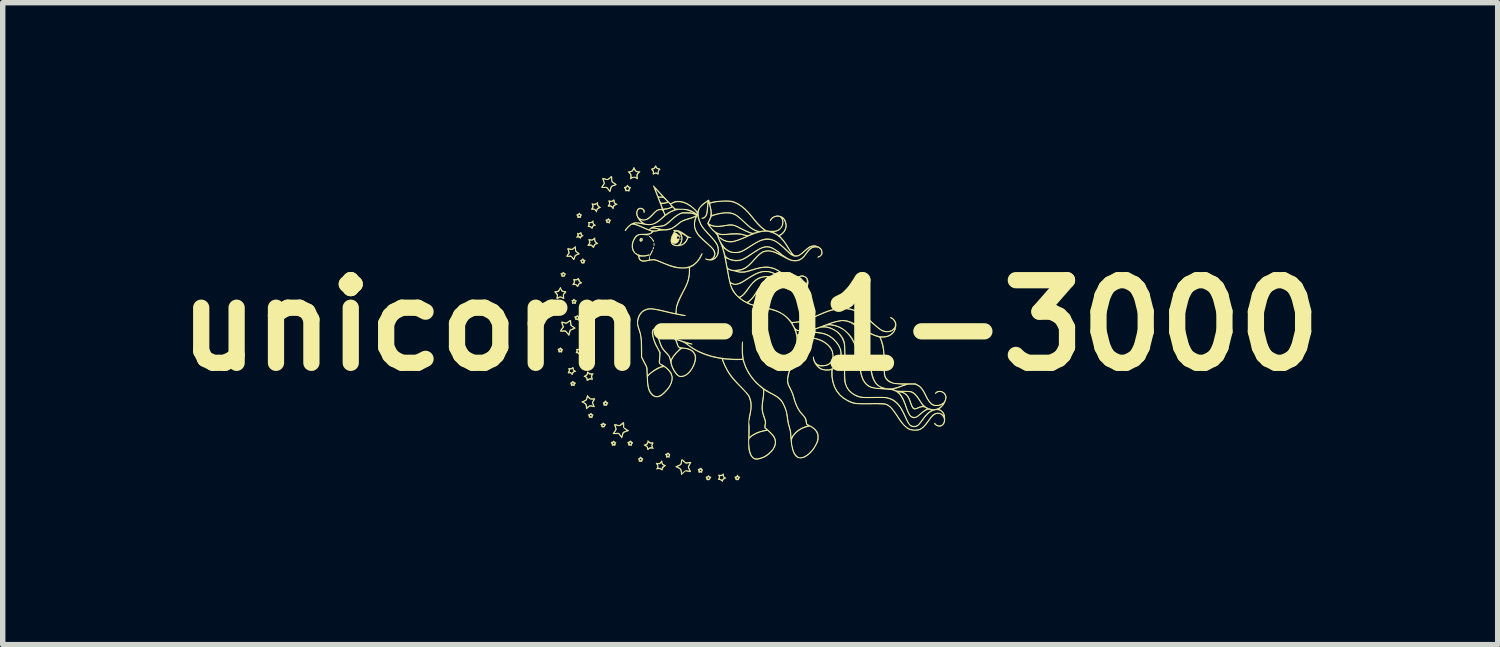
<source format=kicad_pcb>
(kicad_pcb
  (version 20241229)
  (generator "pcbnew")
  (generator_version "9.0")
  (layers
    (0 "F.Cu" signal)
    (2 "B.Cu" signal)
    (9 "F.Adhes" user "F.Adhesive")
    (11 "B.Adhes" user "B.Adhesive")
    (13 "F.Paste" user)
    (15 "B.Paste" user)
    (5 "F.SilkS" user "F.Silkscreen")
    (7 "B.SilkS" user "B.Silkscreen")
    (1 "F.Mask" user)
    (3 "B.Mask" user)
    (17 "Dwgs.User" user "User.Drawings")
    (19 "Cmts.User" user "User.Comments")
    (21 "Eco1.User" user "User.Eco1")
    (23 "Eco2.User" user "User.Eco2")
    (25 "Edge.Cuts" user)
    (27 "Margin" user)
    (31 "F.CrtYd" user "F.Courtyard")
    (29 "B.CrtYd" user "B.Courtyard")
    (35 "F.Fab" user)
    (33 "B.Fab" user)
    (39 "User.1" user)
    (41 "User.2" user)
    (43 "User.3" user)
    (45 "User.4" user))
  (footprint "unicorn-01-3000"
    (layer "F.Cu")
    (at 10.784 2.951)
    (property "Reference" "unicorn-01-3000" (at 0 0 0) (layer "F.SilkS") (effects (font (size 1.524 1.524) (thickness 0.3))))
    (attr through_hole)
    (fp_poly (pts (xy -1.88 -1.655) (xy -1.884 -1.651) (xy -1.888 -1.655) (xy -1.884 -1.659) (xy -1.88 -1.655)) (stroke (width 0.01) (type solid)) (fill yes) (layer "F.SilkS"))
    (fp_poly (pts (xy -1.298 -1.623) (xy -1.297 -1.613) (xy -1.298 -1.611) (xy -1.303 -1.613) (xy -1.304 -1.617) (xy -1.301 -1.624) (xy -1.298 -1.623)) (stroke (width 0.01) (type solid)) (fill yes) (layer "F.SilkS"))
    (fp_poly (pts (xy -1.29 -1.597) (xy -1.289 -1.587) (xy -1.29 -1.586) (xy -1.295 -1.587) (xy -1.295 -1.592) (xy -1.292 -1.599) (xy -1.29 -1.597)) (stroke (width 0.01) (type solid)) (fill yes) (layer "F.SilkS"))
    (fp_poly (pts (xy -1.779 -1.439) (xy -1.783 -1.421) (xy -1.786 -1.414) (xy -1.793 -1.407) (xy -1.794 -1.41) (xy -1.791 -1.423) (xy -1.786 -1.436) (xy -1.781 -1.443) (xy -1.779 -1.439)) (stroke (width 0.01) (type solid)) (fill yes) (layer "F.SilkS"))
    (fp_poly (pts (xy -1.772 -1.513) (xy -1.771 -1.488) (xy -1.772 -1.471) (xy -1.774 -1.468) (xy -1.775 -1.479) (xy -1.776 -1.494) (xy -1.775 -1.514) (xy -1.773 -1.519) (xy -1.772 -1.513)) (stroke (width 0.01) (type solid)) (fill yes) (layer "F.SilkS"))
    (fp_poly (pts (xy -1.858 -1.644) (xy -1.84 -1.631) (xy -1.819 -1.611) (xy -1.801 -1.589) (xy -1.786 -1.567) (xy -1.779 -1.551) (xy -1.78 -1.544) (xy -1.786 -1.548) (xy -1.794 -1.564) (xy -1.795 -1.566) (xy -1.808 -1.587) (xy -1.828 -1.611) (xy -1.841 -1.623) (xy -1.856 -1.637) (xy -1.862 -1.645) (xy -1.858 -1.644)) (stroke (width 0.01) (type solid)) (fill yes) (layer "F.SilkS"))
    (fp_poly (pts (xy -1.796 -1.393) (xy -1.799 -1.382) (xy -1.809 -1.36) (xy -1.823 -1.332) (xy -1.825 -1.329) (xy -1.838 -1.304) (xy -1.848 -1.287) (xy -1.853 -1.282) (xy -1.853 -1.283) (xy -1.85 -1.294) (xy -1.84 -1.316) (xy -1.826 -1.343) (xy -1.825 -1.346) (xy -1.811 -1.371) (xy -1.801 -1.388) (xy -1.796 -1.393) (xy -1.796 -1.393)) (stroke (width 0.01) (type solid)) (fill yes) (layer "F.SilkS"))
    (fp_poly (pts (xy -1.991 -1.602) (xy -1.985 -1.586) (xy -1.99 -1.566) (xy -2.004 -1.553) (xy -2.021 -1.55) (xy -2.034 -1.559) (xy -2.035 -1.563) (xy -2.035 -1.575) (xy -2.022 -1.575) (xy -2.021 -1.561) (xy -2.014 -1.56) (xy -2.004 -1.57) (xy -2 -1.583) (xy -2.001 -1.597) (xy -2.008 -1.598) (xy -2.018 -1.588) (xy -2.022 -1.575) (xy -2.035 -1.575) (xy -2.036 -1.582) (xy -2.025 -1.6) (xy -2.009 -1.609) (xy -2.007 -1.609) (xy -1.991 -1.602)) (stroke (width 0.01) (type solid)) (fill yes) (layer "F.SilkS"))
    (fp_poly (pts (xy -3.082 -1.228) (xy -3.075 -1.219) (xy -3.061 -1.206) (xy -3.05 -1.202) (xy -3.041 -1.2) (xy -3.046 -1.192) (xy -3.055 -1.176) (xy -3.056 -1.164) (xy -3.059 -1.152) (xy -3.071 -1.147) (xy -3.086 -1.147) (xy -3.107 -1.149) (xy -3.115 -1.157) (xy -3.116 -1.165) (xy -3.119 -1.177) (xy -3.11 -1.177) (xy -3.1 -1.165) (xy -3.085 -1.165) (xy -3.073 -1.175) (xy -3.072 -1.177) (xy -3.072 -1.194) (xy -3.075 -1.2) (xy -3.087 -1.205) (xy -3.101 -1.199) (xy -3.11 -1.186) (xy -3.11 -1.177) (xy -3.119 -1.177) (xy -3.12 -1.184) (xy -3.126 -1.192) (xy -3.131 -1.2) (xy -3.122 -1.202) (xy -3.106 -1.209) (xy -3.097 -1.219) (xy -3.089 -1.23) (xy -3.082 -1.228)) (stroke (width 0.01) (type solid)) (fill yes) (layer "F.SilkS"))
    (fp_poly (pts (xy -3.26 1.039) (xy -3.259 1.04) (xy -3.243 1.053) (xy -3.228 1.058) (xy -3.219 1.06) (xy -3.222 1.067) (xy -3.229 1.074) (xy -3.24 1.092) (xy -3.243 1.104) (xy -3.246 1.114) (xy -3.257 1.11) (xy -3.279 1.107) (xy -3.287 1.11) (xy -3.298 1.113) (xy -3.302 1.104) (xy -3.302 1.097) (xy -3.306 1.079) (xy -3.309 1.073) (xy -3.289 1.073) (xy -3.283 1.087) (xy -3.27 1.094) (xy -3.255 1.091) (xy -3.25 1.079) (xy -3.255 1.065) (xy -3.259 1.061) (xy -3.275 1.056) (xy -3.282 1.06) (xy -3.289 1.073) (xy -3.309 1.073) (xy -3.312 1.07) (xy -3.313 1.063) (xy -3.299 1.053) (xy -3.283 1.041) (xy -3.277 1.031) (xy -3.272 1.029) (xy -3.26 1.039)) (stroke (width 0.01) (type solid)) (fill yes) (layer "F.SilkS"))
    (fp_poly (pts (xy -2.704 1.8) (xy -2.7 1.806) (xy -2.685 1.818) (xy -2.674 1.82) (xy -2.662 1.821) (xy -2.663 1.828) (xy -2.67 1.836) (xy -2.681 1.853) (xy -2.684 1.864) (xy -2.691 1.873) (xy -2.712 1.876) (xy -2.714 1.876) (xy -2.734 1.874) (xy -2.741 1.868) (xy -2.741 1.862) (xy -2.744 1.845) (xy -2.75 1.835) (xy -2.729 1.835) (xy -2.727 1.849) (xy -2.716 1.859) (xy -2.71 1.86) (xy -2.695 1.854) (xy -2.69 1.846) (xy -2.692 1.83) (xy -2.706 1.823) (xy -2.721 1.825) (xy -2.729 1.835) (xy -2.75 1.835) (xy -2.751 1.834) (xy -2.757 1.824) (xy -2.75 1.82) (xy -2.745 1.82) (xy -2.726 1.814) (xy -2.718 1.806) (xy -2.71 1.795) (xy -2.704 1.8)) (stroke (width 0.01) (type solid)) (fill yes) (layer "F.SilkS"))
    (fp_poly (pts (xy -0.909 2.632) (xy -0.894 2.644) (xy -0.881 2.66) (xy -0.879 2.67) (xy -0.88 2.671) (xy -0.887 2.683) (xy -0.889 2.698) (xy -0.891 2.713) (xy -0.897 2.713) (xy -0.901 2.71) (xy -0.916 2.704) (xy -0.931 2.709) (xy -0.943 2.714) (xy -0.948 2.707) (xy -0.948 2.694) (xy -0.952 2.673) (xy -0.954 2.669) (xy -0.936 2.669) (xy -0.932 2.683) (xy -0.919 2.692) (xy -0.913 2.692) (xy -0.9 2.688) (xy -0.899 2.674) (xy -0.907 2.656) (xy -0.921 2.653) (xy -0.93 2.657) (xy -0.936 2.669) (xy -0.954 2.669) (xy -0.958 2.66) (xy -0.963 2.652) (xy -0.953 2.65) (xy -0.95 2.65) (xy -0.932 2.644) (xy -0.925 2.637) (xy -0.918 2.629) (xy -0.909 2.632)) (stroke (width 0.01) (type solid)) (fill yes) (layer "F.SilkS"))
    (fp_poly (pts (xy -0.226 2.775) (xy -0.213 2.79) (xy -0.201 2.794) (xy -0.189 2.795) (xy -0.19 2.801) (xy -0.199 2.811) (xy -0.209 2.827) (xy -0.209 2.838) (xy -0.212 2.846) (xy -0.228 2.849) (xy -0.238 2.849) (xy -0.26 2.848) (xy -0.267 2.842) (xy -0.267 2.837) (xy -0.268 2.823) (xy -0.274 2.813) (xy -0.257 2.813) (xy -0.256 2.82) (xy -0.247 2.831) (xy -0.232 2.832) (xy -0.22 2.821) (xy -0.219 2.82) (xy -0.22 2.803) (xy -0.223 2.798) (xy -0.237 2.793) (xy -0.25 2.799) (xy -0.257 2.813) (xy -0.274 2.813) (xy -0.276 2.81) (xy -0.286 2.798) (xy -0.282 2.794) (xy -0.273 2.794) (xy -0.255 2.787) (xy -0.244 2.775) (xy -0.234 2.756) (xy -0.226 2.775)) (stroke (width 0.01) (type solid)) (fill yes) (layer "F.SilkS"))
    (fp_poly (pts (xy -3.494 0.416) (xy -3.487 0.423) (xy -3.472 0.436) (xy -3.461 0.44) (xy -3.456 0.443) (xy -3.461 0.45) (xy -3.469 0.467) (xy -3.471 0.48) (xy -3.473 0.494) (xy -3.482 0.494) (xy -3.486 0.492) (xy -3.507 0.489) (xy -3.516 0.492) (xy -3.527 0.495) (xy -3.53 0.486) (xy -3.531 0.479) (xy -3.534 0.461) (xy -3.539 0.453) (xy -3.541 0.451) (xy -3.518 0.451) (xy -3.515 0.465) (xy -3.504 0.474) (xy -3.501 0.474) (xy -3.489 0.467) (xy -3.485 0.462) (xy -3.487 0.447) (xy -3.498 0.438) (xy -3.512 0.439) (xy -3.518 0.451) (xy -3.541 0.451) (xy -3.547 0.442) (xy -3.541 0.434) (xy -3.53 0.432) (xy -3.514 0.426) (xy -3.508 0.419) (xy -3.503 0.411) (xy -3.494 0.416)) (stroke (width 0.01) (type solid)) (fill yes) (layer "F.SilkS"))
    (fp_poly (pts (xy -2.512 2.134) (xy -2.505 2.142) (xy -2.49 2.154) (xy -2.479 2.159) (xy -2.473 2.162) (xy -2.479 2.169) (xy -2.487 2.185) (xy -2.489 2.199) (xy -2.491 2.213) (xy -2.5 2.213) (xy -2.504 2.211) (xy -2.525 2.208) (xy -2.533 2.211) (xy -2.545 2.214) (xy -2.548 2.205) (xy -2.548 2.198) (xy -2.552 2.18) (xy -2.557 2.172) (xy -2.559 2.17) (xy -2.538 2.17) (xy -2.535 2.179) (xy -2.524 2.191) (xy -2.51 2.19) (xy -2.503 2.179) (xy -2.503 2.163) (xy -2.515 2.155) (xy -2.529 2.156) (xy -2.538 2.161) (xy -2.538 2.17) (xy -2.559 2.17) (xy -2.565 2.161) (xy -2.559 2.152) (xy -2.548 2.151) (xy -2.532 2.145) (xy -2.526 2.137) (xy -2.521 2.13) (xy -2.512 2.134)) (stroke (width 0.01) (type solid)) (fill yes) (layer "F.SilkS"))
    (fp_poly (pts (xy -2.016 2.429) (xy -2.01 2.437) (xy -1.996 2.451) (xy -1.984 2.455) (xy -1.975 2.457) (xy -1.979 2.466) (xy -1.982 2.469) (xy -1.991 2.487) (xy -1.992 2.497) (xy -1.994 2.506) (xy -2.007 2.51) (xy -2.022 2.511) (xy -2.043 2.509) (xy -2.051 2.504) (xy -2.051 2.496) (xy -2.052 2.481) (xy -2.043 2.481) (xy -2.033 2.492) (xy -2.019 2.493) (xy -2.006 2.483) (xy -2.006 2.481) (xy -2.005 2.464) (xy -2.008 2.458) (xy -2.021 2.453) (xy -2.034 2.459) (xy -2.043 2.471) (xy -2.043 2.481) (xy -2.052 2.481) (xy -2.052 2.477) (xy -2.057 2.469) (xy -2.061 2.458) (xy -2.051 2.452) (xy -2.05 2.451) (xy -2.034 2.441) (xy -2.028 2.432) (xy -2.023 2.424) (xy -2.016 2.429)) (stroke (width 0.01) (type solid)) (fill yes) (layer "F.SilkS"))
    (fp_poly (pts (xy -0.765 2.773) (xy -0.762 2.779) (xy -0.746 2.791) (xy -0.735 2.794) (xy -0.723 2.795) (xy -0.724 2.801) (xy -0.731 2.809) (xy -0.742 2.826) (xy -0.745 2.837) (xy -0.752 2.847) (xy -0.773 2.85) (xy -0.775 2.85) (xy -0.795 2.848) (xy -0.803 2.841) (xy -0.802 2.836) (xy -0.806 2.818) (xy -0.809 2.813) (xy -0.79 2.813) (xy -0.79 2.82) (xy -0.78 2.831) (xy -0.766 2.833) (xy -0.754 2.826) (xy -0.752 2.821) (xy -0.754 2.805) (xy -0.766 2.794) (xy -0.78 2.794) (xy -0.783 2.797) (xy -0.79 2.813) (xy -0.809 2.813) (xy -0.812 2.808) (xy -0.818 2.797) (xy -0.811 2.794) (xy -0.806 2.794) (xy -0.787 2.787) (xy -0.779 2.779) (xy -0.772 2.769) (xy -0.765 2.773)) (stroke (width 0.01) (type solid)) (fill yes) (layer "F.SilkS"))
    (fp_poly (pts (xy -3.441 -0.978) (xy -3.437 -0.972) (xy -3.424 -0.959) (xy -3.416 -0.957) (xy -3.405 -0.952) (xy -3.406 -0.941) (xy -3.412 -0.936) (xy -3.419 -0.924) (xy -3.421 -0.916) (xy -3.425 -0.905) (xy -3.441 -0.901) (xy -3.45 -0.901) (xy -3.47 -0.903) (xy -3.479 -0.91) (xy -3.48 -0.919) (xy -3.484 -0.936) (xy -3.468 -0.936) (xy -3.461 -0.922) (xy -3.446 -0.917) (xy -3.434 -0.919) (xy -3.433 -0.923) (xy -3.432 -0.933) (xy -3.429 -0.936) (xy -3.426 -0.944) (xy -3.434 -0.952) (xy -3.448 -0.959) (xy -3.46 -0.952) (xy -3.46 -0.952) (xy -3.468 -0.936) (xy -3.484 -0.936) (xy -3.484 -0.938) (xy -3.49 -0.947) (xy -3.495 -0.955) (xy -3.485 -0.957) (xy -3.467 -0.963) (xy -3.457 -0.972) (xy -3.448 -0.982) (xy -3.441 -0.978)) (stroke (width 0.01) (type solid)) (fill yes) (layer "F.SilkS"))
    (fp_poly (pts (xy -2.659 1.395) (xy -2.659 1.401) (xy -2.651 1.412) (xy -2.637 1.419) (xy -2.622 1.424) (xy -2.622 1.431) (xy -2.629 1.439) (xy -2.639 1.457) (xy -2.642 1.468) (xy -2.645 1.478) (xy -2.657 1.474) (xy -2.657 1.474) (xy -2.678 1.471) (xy -2.686 1.474) (xy -2.697 1.478) (xy -2.701 1.468) (xy -2.701 1.461) (xy -2.704 1.443) (xy -2.708 1.437) (xy -2.688 1.437) (xy -2.681 1.451) (xy -2.668 1.458) (xy -2.654 1.455) (xy -2.649 1.443) (xy -2.654 1.429) (xy -2.658 1.425) (xy -2.674 1.42) (xy -2.681 1.424) (xy -2.688 1.437) (xy -2.708 1.437) (xy -2.711 1.434) (xy -2.712 1.427) (xy -2.698 1.417) (xy -2.682 1.406) (xy -2.675 1.397) (xy -2.669 1.389) (xy -2.667 1.389) (xy -2.659 1.395)) (stroke (width 0.01) (type solid)) (fill yes) (layer "F.SilkS"))
    (fp_poly (pts (xy -1.51 2.352) (xy -1.495 2.365) (xy -1.482 2.381) (xy -1.48 2.391) (xy -1.481 2.392) (xy -1.488 2.403) (xy -1.49 2.419) (xy -1.492 2.433) (xy -1.498 2.434) (xy -1.502 2.43) (xy -1.517 2.425) (xy -1.533 2.43) (xy -1.546 2.435) (xy -1.549 2.429) (xy -1.548 2.419) (xy -1.55 2.397) (xy -1.554 2.39) (xy -1.537 2.39) (xy -1.533 2.404) (xy -1.52 2.412) (xy -1.516 2.413) (xy -1.5 2.406) (xy -1.495 2.399) (xy -1.497 2.383) (xy -1.509 2.372) (xy -1.516 2.371) (xy -1.526 2.375) (xy -1.531 2.378) (xy -1.537 2.39) (xy -1.554 2.39) (xy -1.557 2.385) (xy -1.564 2.374) (xy -1.556 2.371) (xy -1.551 2.371) (xy -1.533 2.365) (xy -1.526 2.357) (xy -1.519 2.35) (xy -1.51 2.352)) (stroke (width 0.01) (type solid)) (fill yes) (layer "F.SilkS"))
    (fp_poly (pts (xy -3.243 -0.483) (xy -3.238 -0.476) (xy -3.223 -0.462) (xy -3.212 -0.457) (xy -3.203 -0.455) (xy -3.207 -0.447) (xy -3.21 -0.443) (xy -3.218 -0.425) (xy -3.219 -0.414) (xy -3.221 -0.4) (xy -3.231 -0.4) (xy -3.241 -0.408) (xy -3.253 -0.414) (xy -3.261 -0.408) (xy -3.275 -0.399) (xy -3.28 -0.403) (xy -3.279 -0.415) (xy -3.28 -0.434) (xy -3.267 -0.434) (xy -3.257 -0.423) (xy -3.253 -0.422) (xy -3.239 -0.425) (xy -3.231 -0.438) (xy -3.235 -0.454) (xy -3.236 -0.455) (xy -3.25 -0.461) (xy -3.256 -0.46) (xy -3.267 -0.449) (xy -3.267 -0.434) (xy -3.28 -0.434) (xy -3.28 -0.435) (xy -3.285 -0.445) (xy -3.291 -0.456) (xy -3.283 -0.462) (xy -3.279 -0.463) (xy -3.262 -0.472) (xy -3.256 -0.481) (xy -3.251 -0.488) (xy -3.243 -0.483)) (stroke (width 0.01) (type solid)) (fill yes) (layer "F.SilkS"))
    (fp_poly (pts (xy -3.181 -0.178) (xy -3.18 -0.176) (xy -3.164 -0.163) (xy -3.155 -0.158) (xy -3.144 -0.152) (xy -3.148 -0.142) (xy -3.151 -0.138) (xy -3.159 -0.12) (xy -3.16 -0.109) (xy -3.159 -0.096) (xy -3.165 -0.095) (xy -3.175 -0.101) (xy -3.193 -0.106) (xy -3.207 -0.105) (xy -3.22 -0.103) (xy -3.222 -0.111) (xy -3.221 -0.114) (xy -3.222 -0.131) (xy -3.228 -0.14) (xy -3.211 -0.14) (xy -3.211 -0.133) (xy -3.202 -0.121) (xy -3.187 -0.119) (xy -3.174 -0.128) (xy -3.172 -0.132) (xy -3.173 -0.149) (xy -3.178 -0.156) (xy -3.192 -0.162) (xy -3.205 -0.155) (xy -3.211 -0.14) (xy -3.228 -0.14) (xy -3.23 -0.144) (xy -3.24 -0.156) (xy -3.238 -0.16) (xy -3.228 -0.161) (xy -3.209 -0.167) (xy -3.2 -0.174) (xy -3.19 -0.183) (xy -3.181 -0.178)) (stroke (width 0.01) (type solid)) (fill yes) (layer "F.SilkS"))
    (fp_poly (pts (xy -2.933 1.622) (xy -2.929 1.628) (xy -2.916 1.64) (xy -2.908 1.643) (xy -2.897 1.647) (xy -2.899 1.659) (xy -2.903 1.664) (xy -2.91 1.678) (xy -2.914 1.693) (xy -2.918 1.707) (xy -2.923 1.704) (xy -2.924 1.703) (xy -2.938 1.696) (xy -2.952 1.697) (xy -2.967 1.698) (xy -2.972 1.689) (xy -2.972 1.682) (xy -2.976 1.663) (xy -2.977 1.661) (xy -2.962 1.661) (xy -2.958 1.671) (xy -2.947 1.683) (xy -2.932 1.683) (xy -2.92 1.672) (xy -2.919 1.668) (xy -2.921 1.653) (xy -2.934 1.645) (xy -2.951 1.648) (xy -2.961 1.653) (xy -2.962 1.661) (xy -2.977 1.661) (xy -2.982 1.653) (xy -2.986 1.645) (xy -2.976 1.643) (xy -2.974 1.643) (xy -2.955 1.636) (xy -2.947 1.628) (xy -2.939 1.617) (xy -2.933 1.622)) (stroke (width 0.01) (type solid)) (fill yes) (layer "F.SilkS"))
    (fp_poly (pts (xy -2.611 -1.968) (xy -2.607 -1.962) (xy -2.595 -1.95) (xy -2.586 -1.947) (xy -2.575 -1.943) (xy -2.578 -1.931) (xy -2.582 -1.926) (xy -2.589 -1.912) (xy -2.592 -1.897) (xy -2.596 -1.883) (xy -2.601 -1.885) (xy -2.602 -1.887) (xy -2.616 -1.894) (xy -2.63 -1.893) (xy -2.645 -1.892) (xy -2.65 -1.901) (xy -2.65 -1.907) (xy -2.654 -1.927) (xy -2.655 -1.928) (xy -2.64 -1.928) (xy -2.636 -1.918) (xy -2.625 -1.907) (xy -2.61 -1.907) (xy -2.598 -1.918) (xy -2.597 -1.921) (xy -2.599 -1.937) (xy -2.613 -1.944) (xy -2.629 -1.942) (xy -2.64 -1.937) (xy -2.64 -1.928) (xy -2.655 -1.928) (xy -2.66 -1.937) (xy -2.665 -1.945) (xy -2.654 -1.947) (xy -2.652 -1.947) (xy -2.633 -1.954) (xy -2.625 -1.962) (xy -2.617 -1.972) (xy -2.611 -1.968)) (stroke (width 0.01) (type solid)) (fill yes) (layer "F.SilkS"))
    (fp_poly (pts (xy -2.204 2.131) (xy -2.194 2.141) (xy -2.178 2.154) (xy -2.165 2.159) (xy -2.163 2.163) (xy -2.17 2.168) (xy -2.181 2.183) (xy -2.184 2.198) (xy -2.186 2.213) (xy -2.194 2.213) (xy -2.199 2.211) (xy -2.221 2.208) (xy -2.229 2.211) (xy -2.24 2.214) (xy -2.243 2.205) (xy -2.244 2.198) (xy -2.247 2.18) (xy -2.252 2.172) (xy -2.254 2.169) (xy -2.234 2.169) (xy -2.23 2.179) (xy -2.219 2.191) (xy -2.203 2.192) (xy -2.191 2.182) (xy -2.19 2.181) (xy -2.191 2.166) (xy -2.204 2.156) (xy -2.221 2.155) (xy -2.221 2.156) (xy -2.233 2.161) (xy -2.234 2.169) (xy -2.254 2.169) (xy -2.26 2.161) (xy -2.254 2.152) (xy -2.244 2.151) (xy -2.227 2.144) (xy -2.22 2.137) (xy -2.213 2.128) (xy -2.204 2.131)) (stroke (width 0.01) (type solid)) (fill yes) (layer "F.SilkS"))
    (fp_poly (pts (xy -3.144 -2.072) (xy -3.141 -2.063) (xy -3.134 -2.052) (xy -3.122 -2.046) (xy -3.11 -2.04) (xy -3.112 -2.032) (xy -3.114 -2.031) (xy -3.122 -2.014) (xy -3.124 -2) (xy -3.126 -1.986) (xy -3.135 -1.987) (xy -3.139 -1.989) (xy -3.16 -1.992) (xy -3.168 -1.989) (xy -3.18 -1.985) (xy -3.183 -1.995) (xy -3.183 -2.002) (xy -3.187 -2.02) (xy -3.192 -2.028) (xy -3.194 -2.03) (xy -3.174 -2.03) (xy -3.17 -2.02) (xy -3.159 -2.009) (xy -3.143 -2.008) (xy -3.131 -2.017) (xy -3.13 -2.019) (xy -3.131 -2.034) (xy -3.144 -2.044) (xy -3.161 -2.044) (xy -3.161 -2.044) (xy -3.173 -2.038) (xy -3.174 -2.03) (xy -3.194 -2.03) (xy -3.2 -2.038) (xy -3.194 -2.047) (xy -3.183 -2.049) (xy -3.167 -2.054) (xy -3.161 -2.062) (xy -3.152 -2.073) (xy -3.144 -2.072)) (stroke (width 0.01) (type solid)) (fill yes) (layer "F.SilkS"))
    (fp_poly (pts (xy -3.135 0.43) (xy -3.133 0.44) (xy -3.126 0.457) (xy -3.114 0.469) (xy -3.102 0.479) (xy -3.099 0.485) (xy -3.109 0.49) (xy -3.12 0.496) (xy -3.135 0.511) (xy -3.141 0.526) (xy -3.146 0.546) (xy -3.159 0.527) (xy -3.178 0.511) (xy -3.194 0.508) (xy -3.211 0.507) (xy -3.213 0.501) (xy -3.206 0.49) (xy -3.198 0.468) (xy -3.198 0.467) (xy -3.189 0.467) (xy -3.187 0.483) (xy -3.18 0.498) (xy -3.172 0.504) (xy -3.152 0.506) (xy -3.138 0.495) (xy -3.132 0.477) (xy -3.136 0.461) (xy -3.146 0.448) (xy -3.155 0.45) (xy -3.171 0.454) (xy -3.176 0.453) (xy -3.186 0.455) (xy -3.189 0.467) (xy -3.198 0.467) (xy -3.201 0.452) (xy -3.204 0.439) (xy -3.198 0.435) (xy -3.184 0.437) (xy -3.165 0.438) (xy -3.154 0.433) (xy -3.143 0.424) (xy -3.135 0.43)) (stroke (width 0.01) (type solid)) (fill yes) (layer "F.SilkS"))
    (fp_poly (pts (xy -3.116 -1.711) (xy -3.116 -1.7) (xy -3.108 -1.677) (xy -3.097 -1.665) (xy -3.078 -1.652) (xy -3.096 -1.646) (xy -3.113 -1.634) (xy -3.122 -1.62) (xy -3.128 -1.605) (xy -3.134 -1.606) (xy -3.144 -1.615) (xy -3.164 -1.628) (xy -3.181 -1.627) (xy -3.204 -1.623) (xy -3.189 -1.646) (xy -3.18 -1.665) (xy -3.18 -1.666) (xy -3.168 -1.666) (xy -3.165 -1.646) (xy -3.151 -1.636) (xy -3.133 -1.638) (xy -3.121 -1.646) (xy -3.111 -1.66) (xy -3.114 -1.666) (xy -3.123 -1.676) (xy -3.124 -1.682) (xy -3.13 -1.691) (xy -3.138 -1.69) (xy -3.153 -1.685) (xy -3.158 -1.685) (xy -3.165 -1.678) (xy -3.168 -1.666) (xy -3.18 -1.666) (xy -3.182 -1.681) (xy -3.184 -1.686) (xy -3.189 -1.698) (xy -3.184 -1.702) (xy -3.17 -1.699) (xy -3.143 -1.701) (xy -3.131 -1.708) (xy -3.12 -1.716) (xy -3.116 -1.711)) (stroke (width 0.01) (type solid)) (fill yes) (layer "F.SilkS"))
    (fp_poly (pts (xy -3.474 -0.376) (xy -3.471 -0.36) (xy -3.465 -0.34) (xy -3.454 -0.327) (xy -3.436 -0.315) (xy -3.454 -0.309) (xy -3.471 -0.298) (xy -3.483 -0.282) (xy -3.491 -0.268) (xy -3.499 -0.268) (xy -3.505 -0.275) (xy -3.521 -0.285) (xy -3.537 -0.288) (xy -3.551 -0.29) (xy -3.553 -0.299) (xy -3.551 -0.303) (xy -3.55 -0.309) (xy -3.532 -0.309) (xy -3.521 -0.3) (xy -3.501 -0.291) (xy -3.491 -0.291) (xy -3.488 -0.3) (xy -3.488 -0.301) (xy -3.481 -0.312) (xy -3.475 -0.313) (xy -3.467 -0.315) (xy -3.47 -0.323) (xy -3.477 -0.333) (xy -3.491 -0.344) (xy -3.508 -0.349) (xy -3.522 -0.347) (xy -3.528 -0.339) (xy -3.527 -0.334) (xy -3.528 -0.32) (xy -3.532 -0.317) (xy -3.532 -0.309) (xy -3.55 -0.309) (xy -3.547 -0.322) (xy -3.546 -0.342) (xy -3.545 -0.358) (xy -3.537 -0.363) (xy -3.527 -0.361) (xy -3.506 -0.362) (xy -3.497 -0.368) (xy -3.483 -0.38) (xy -3.474 -0.376)) (stroke (width 0.01) (type solid)) (fill yes) (layer "F.SilkS"))
    (fp_poly (pts (xy -2.263 -2.587) (xy -2.252 -2.573) (xy -2.25 -2.571) (xy -2.234 -2.555) (xy -2.218 -2.548) (xy -2.218 -2.548) (xy -2.203 -2.544) (xy -2.204 -2.535) (xy -2.214 -2.528) (xy -2.224 -2.517) (xy -2.227 -2.498) (xy -2.229 -2.478) (xy -2.237 -2.473) (xy -2.251 -2.48) (xy -2.269 -2.483) (xy -2.283 -2.48) (xy -2.298 -2.477) (xy -2.302 -2.485) (xy -2.303 -2.495) (xy -2.308 -2.518) (xy -2.316 -2.532) (xy -2.32 -2.538) (xy -2.298 -2.538) (xy -2.295 -2.528) (xy -2.294 -2.527) (xy -2.288 -2.511) (xy -2.288 -2.504) (xy -2.286 -2.496) (xy -2.268 -2.493) (xy -2.264 -2.493) (xy -2.247 -2.494) (xy -2.24 -2.499) (xy -2.241 -2.5) (xy -2.239 -2.511) (xy -2.23 -2.524) (xy -2.222 -2.536) (xy -2.226 -2.54) (xy -2.227 -2.54) (xy -2.241 -2.545) (xy -2.254 -2.554) (xy -2.265 -2.561) (xy -2.269 -2.559) (xy -2.276 -2.549) (xy -2.286 -2.544) (xy -2.298 -2.538) (xy -2.32 -2.538) (xy -2.324 -2.543) (xy -2.319 -2.548) (xy -2.304 -2.552) (xy -2.282 -2.563) (xy -2.273 -2.576) (xy -2.268 -2.587) (xy -2.263 -2.587)) (stroke (width 0.01) (type solid)) (fill yes) (layer "F.SilkS"))
    (fp_poly (pts (xy -0.491 2.762) (xy -0.487 2.786) (xy -0.474 2.8) (xy -0.469 2.803) (xy -0.447 2.815) (xy -0.47 2.824) (xy -0.491 2.839) (xy -0.503 2.857) (xy -0.512 2.88) (xy -0.528 2.863) (xy -0.551 2.848) (xy -0.57 2.845) (xy -0.587 2.844) (xy -0.589 2.838) (xy -0.586 2.833) (xy -0.572 2.833) (xy -0.564 2.836) (xy -0.555 2.836) (xy -0.536 2.841) (xy -0.528 2.85) (xy -0.523 2.857) (xy -0.516 2.851) (xy -0.511 2.842) (xy -0.498 2.826) (xy -0.485 2.819) (xy -0.476 2.818) (xy -0.479 2.811) (xy -0.486 2.804) (xy -0.497 2.786) (xy -0.5 2.774) (xy -0.504 2.762) (xy -0.515 2.763) (xy -0.521 2.769) (xy -0.533 2.775) (xy -0.547 2.775) (xy -0.561 2.774) (xy -0.564 2.783) (xy -0.562 2.791) (xy -0.562 2.812) (xy -0.567 2.824) (xy -0.572 2.833) (xy -0.586 2.833) (xy -0.581 2.824) (xy -0.572 2.802) (xy -0.576 2.781) (xy -0.583 2.762) (xy -0.581 2.756) (xy -0.569 2.757) (xy -0.561 2.76) (xy -0.537 2.761) (xy -0.514 2.75) (xy -0.491 2.734) (xy -0.491 2.762)) (stroke (width 0.01) (type solid)) (fill yes) (layer "F.SilkS"))
    (fp_poly (pts (xy -1.622 2.526) (xy -1.614 2.551) (xy -1.597 2.566) (xy -1.587 2.571) (xy -1.558 2.585) (xy -1.583 2.6) (xy -1.603 2.619) (xy -1.613 2.639) (xy -1.618 2.658) (xy -1.62 2.668) (xy -1.627 2.668) (xy -1.641 2.658) (xy -1.642 2.657) (xy -1.663 2.645) (xy -1.687 2.644) (xy -1.696 2.645) (xy -1.728 2.65) (xy -1.714 2.624) (xy -1.706 2.606) (xy -1.706 2.592) (xy -1.715 2.574) (xy -1.719 2.568) (xy -1.723 2.56) (xy -1.707 2.56) (xy -1.705 2.564) (xy -1.7 2.582) (xy -1.699 2.606) (xy -1.697 2.625) (xy -1.691 2.631) (xy -1.68 2.63) (xy -1.66 2.631) (xy -1.651 2.637) (xy -1.637 2.649) (xy -1.628 2.645) (xy -1.626 2.63) (xy -1.618 2.61) (xy -1.604 2.599) (xy -1.582 2.587) (xy -1.604 2.576) (xy -1.622 2.56) (xy -1.631 2.543) (xy -1.637 2.52) (xy -1.652 2.54) (xy -1.671 2.554) (xy -1.69 2.555) (xy -1.705 2.554) (xy -1.707 2.56) (xy -1.723 2.56) (xy -1.736 2.538) (xy -1.704 2.542) (xy -1.681 2.543) (xy -1.665 2.535) (xy -1.65 2.52) (xy -1.628 2.494) (xy -1.622 2.526)) (stroke (width 0.01) (type solid)) (fill yes) (layer "F.SilkS"))
    (fp_poly (pts (xy -2.98 0.868) (xy -2.974 0.874) (xy -2.951 0.888) (xy -2.923 0.89) (xy -2.893 0.887) (xy -2.908 0.91) (xy -2.918 0.935) (xy -2.916 0.963) (xy -2.908 0.985) (xy -2.906 0.995) (xy -2.912 0.997) (xy -2.932 0.995) (xy -2.933 0.994) (xy -2.957 0.992) (xy -2.975 0.999) (xy -2.983 1.007) (xy -2.998 1.017) (xy -3.008 1.019) (xy -3.008 1.019) (xy -3.013 1.007) (xy -3.014 0.989) (xy -3.019 0.97) (xy -3.035 0.955) (xy -3.041 0.952) (xy -3.068 0.938) (xy -3.068 0.938) (xy -3.043 0.938) (xy -3.024 0.947) (xy -3.01 0.961) (xy -3.006 0.973) (xy -3.002 0.991) (xy -2.991 0.993) (xy -2.98 0.986) (xy -2.958 0.977) (xy -2.943 0.978) (xy -2.928 0.981) (xy -2.925 0.976) (xy -2.93 0.961) (xy -2.934 0.938) (xy -2.93 0.928) (xy -2.921 0.914) (xy -2.925 0.904) (xy -2.938 0.904) (xy -2.959 0.901) (xy -2.976 0.889) (xy -2.997 0.869) (xy -2.997 0.891) (xy -3.004 0.913) (xy -3.02 0.926) (xy -3.043 0.938) (xy -3.068 0.938) (xy -3.043 0.925) (xy -3.02 0.91) (xy -3.008 0.893) (xy -3.006 0.874) (xy -3.004 0.859) (xy -2.996 0.857) (xy -2.98 0.868)) (stroke (width 0.01) (type solid)) (fill yes) (layer "F.SilkS"))
    (fp_poly (pts (xy -2.896 -1.904) (xy -2.892 -1.88) (xy -2.878 -1.864) (xy -2.872 -1.861) (xy -2.849 -1.847) (xy -2.877 -1.837) (xy -2.896 -1.826) (xy -2.904 -1.814) (xy -2.904 -1.813) (xy -2.908 -1.793) (xy -2.917 -1.788) (xy -2.931 -1.799) (xy -2.932 -1.8) (xy -2.954 -1.817) (xy -2.972 -1.82) (xy -2.989 -1.821) (xy -2.992 -1.827) (xy -2.989 -1.832) (xy -2.977 -1.832) (xy -2.969 -1.829) (xy -2.961 -1.829) (xy -2.94 -1.823) (xy -2.928 -1.815) (xy -2.919 -1.806) (xy -2.915 -1.812) (xy -2.914 -1.819) (xy -2.905 -1.835) (xy -2.894 -1.842) (xy -2.883 -1.847) (xy -2.885 -1.855) (xy -2.891 -1.862) (xy -2.901 -1.88) (xy -2.904 -1.891) (xy -2.906 -1.901) (xy -2.917 -1.899) (xy -2.922 -1.896) (xy -2.942 -1.89) (xy -2.954 -1.89) (xy -2.965 -1.89) (xy -2.966 -1.878) (xy -2.965 -1.874) (xy -2.966 -1.853) (xy -2.972 -1.841) (xy -2.977 -1.832) (xy -2.989 -1.832) (xy -2.984 -1.84) (xy -2.976 -1.861) (xy -2.98 -1.883) (xy -2.98 -1.884) (xy -2.985 -1.9) (xy -2.981 -1.905) (xy -2.964 -1.902) (xy -2.962 -1.902) (xy -2.938 -1.901) (xy -2.918 -1.912) (xy -2.915 -1.915) (xy -2.896 -1.933) (xy -2.896 -1.904)) (stroke (width 0.01) (type solid)) (fill yes) (layer "F.SilkS"))
    (fp_poly (pts (xy -1.864 2.144) (xy -1.843 2.159) (xy -1.821 2.162) (xy -1.814 2.161) (xy -1.794 2.16) (xy -1.788 2.165) (xy -1.793 2.179) (xy -1.8 2.192) (xy -1.809 2.209) (xy -1.808 2.223) (xy -1.799 2.243) (xy -1.799 2.243) (xy -1.785 2.271) (xy -1.818 2.265) (xy -1.842 2.263) (xy -1.858 2.269) (xy -1.866 2.277) (xy -1.883 2.292) (xy -1.893 2.291) (xy -1.896 2.275) (xy -1.897 2.269) (xy -1.9 2.25) (xy -1.912 2.235) (xy -1.928 2.225) (xy -1.959 2.206) (xy -1.954 2.204) (xy -1.933 2.204) (xy -1.911 2.22) (xy -1.892 2.241) (xy -1.888 2.258) (xy -1.887 2.273) (xy -1.882 2.274) (xy -1.87 2.264) (xy -1.849 2.253) (xy -1.832 2.251) (xy -1.817 2.251) (xy -1.815 2.242) (xy -1.816 2.232) (xy -1.817 2.209) (xy -1.812 2.194) (xy -1.807 2.181) (xy -1.814 2.177) (xy -1.827 2.176) (xy -1.849 2.172) (xy -1.863 2.163) (xy -1.876 2.155) (xy -1.885 2.162) (xy -1.888 2.176) (xy -1.896 2.192) (xy -1.911 2.198) (xy -1.933 2.204) (xy -1.954 2.204) (xy -1.929 2.194) (xy -1.907 2.183) (xy -1.896 2.167) (xy -1.893 2.153) (xy -1.887 2.123) (xy -1.864 2.144)) (stroke (width 0.01) (type solid)) (fill yes) (layer "F.SilkS"))
    (fp_poly (pts (xy -3.162 -0.867) (xy -3.156 -0.848) (xy -3.155 -0.843) (xy -3.141 -0.814) (xy -3.126 -0.799) (xy -3.103 -0.784) (xy -3.131 -0.773) (xy -3.151 -0.761) (xy -3.163 -0.748) (xy -3.163 -0.747) (xy -3.172 -0.722) (xy -3.179 -0.713) (xy -3.188 -0.716) (xy -3.2 -0.73) (xy -3.216 -0.747) (xy -3.232 -0.752) (xy -3.249 -0.751) (xy -3.277 -0.746) (xy -3.265 -0.767) (xy -3.247 -0.767) (xy -3.24 -0.762) (xy -3.231 -0.762) (xy -3.211 -0.757) (xy -3.2 -0.749) (xy -3.187 -0.738) (xy -3.177 -0.742) (xy -3.172 -0.754) (xy -3.161 -0.771) (xy -3.15 -0.776) (xy -3.135 -0.783) (xy -3.136 -0.792) (xy -3.15 -0.802) (xy -3.163 -0.819) (xy -3.167 -0.835) (xy -3.168 -0.849) (xy -3.174 -0.85) (xy -3.185 -0.843) (xy -3.209 -0.834) (xy -3.224 -0.835) (xy -3.238 -0.837) (xy -3.24 -0.829) (xy -3.238 -0.819) (xy -3.238 -0.795) (xy -3.242 -0.78) (xy -3.247 -0.767) (xy -3.265 -0.767) (xy -3.26 -0.774) (xy -3.249 -0.797) (xy -3.248 -0.815) (xy -3.251 -0.825) (xy -3.258 -0.844) (xy -3.256 -0.852) (xy -3.243 -0.853) (xy -3.228 -0.85) (xy -3.202 -0.849) (xy -3.187 -0.856) (xy -3.184 -0.859) (xy -3.171 -0.87) (xy -3.162 -0.867)) (stroke (width 0.01) (type solid)) (fill yes) (layer "F.SilkS"))
    (fp_poly (pts (xy -2.811 -2.241) (xy -2.807 -2.217) (xy -2.794 -2.199) (xy -2.784 -2.192) (xy -2.758 -2.173) (xy -2.788 -2.161) (xy -2.81 -2.148) (xy -2.822 -2.129) (xy -2.825 -2.118) (xy -2.833 -2.088) (xy -2.852 -2.116) (xy -2.867 -2.134) (xy -2.881 -2.14) (xy -2.901 -2.138) (xy -2.901 -2.138) (xy -2.921 -2.136) (xy -2.928 -2.14) (xy -2.923 -2.154) (xy -2.922 -2.157) (xy -2.908 -2.157) (xy -2.904 -2.151) (xy -2.888 -2.151) (xy -2.864 -2.145) (xy -2.852 -2.131) (xy -2.845 -2.119) (xy -2.84 -2.12) (xy -2.833 -2.135) (xy -2.831 -2.139) (xy -2.817 -2.16) (xy -2.801 -2.17) (xy -2.781 -2.176) (xy -2.8 -2.189) (xy -2.815 -2.207) (xy -2.819 -2.223) (xy -2.822 -2.24) (xy -2.83 -2.242) (xy -2.845 -2.231) (xy -2.861 -2.222) (xy -2.881 -2.226) (xy -2.882 -2.226) (xy -2.899 -2.231) (xy -2.903 -2.227) (xy -2.896 -2.211) (xy -2.895 -2.209) (xy -2.891 -2.191) (xy -2.899 -2.172) (xy -2.899 -2.171) (xy -2.908 -2.157) (xy -2.922 -2.157) (xy -2.916 -2.167) (xy -2.907 -2.188) (xy -2.908 -2.209) (xy -2.911 -2.218) (xy -2.921 -2.246) (xy -2.891 -2.24) (xy -2.864 -2.239) (xy -2.84 -2.25) (xy -2.836 -2.252) (xy -2.811 -2.27) (xy -2.811 -2.241)) (stroke (width 0.01) (type solid)) (fill yes) (layer "F.SilkS"))
    (fp_poly (pts (xy -2.506 -2.304) (xy -2.506 -2.292) (xy -2.503 -2.271) (xy -2.49 -2.255) (xy -2.479 -2.248) (xy -2.451 -2.232) (xy -2.482 -2.22) (xy -2.504 -2.208) (xy -2.516 -2.189) (xy -2.52 -2.177) (xy -2.527 -2.146) (xy -2.547 -2.173) (xy -2.561 -2.191) (xy -2.576 -2.197) (xy -2.595 -2.195) (xy -2.616 -2.194) (xy -2.623 -2.2) (xy -2.617 -2.215) (xy -2.612 -2.221) (xy -2.599 -2.221) (xy -2.593 -2.212) (xy -2.578 -2.21) (xy -2.557 -2.203) (xy -2.546 -2.192) (xy -2.538 -2.181) (xy -2.533 -2.183) (xy -2.528 -2.197) (xy -2.515 -2.215) (xy -2.5 -2.224) (xy -2.484 -2.231) (xy -2.483 -2.24) (xy -2.498 -2.248) (xy -2.511 -2.259) (xy -2.515 -2.278) (xy -2.515 -2.295) (xy -2.521 -2.298) (xy -2.535 -2.29) (xy -2.56 -2.281) (xy -2.574 -2.282) (xy -2.587 -2.284) (xy -2.59 -2.277) (xy -2.587 -2.262) (xy -2.586 -2.242) (xy -2.59 -2.231) (xy -2.599 -2.221) (xy -2.612 -2.221) (xy -2.608 -2.226) (xy -2.598 -2.243) (xy -2.597 -2.257) (xy -2.604 -2.275) (xy -2.61 -2.294) (xy -2.607 -2.302) (xy -2.591 -2.299) (xy -2.579 -2.295) (xy -2.56 -2.292) (xy -2.541 -2.301) (xy -2.537 -2.303) (xy -2.519 -2.317) (xy -2.509 -2.317) (xy -2.506 -2.304)) (stroke (width 0.01) (type solid)) (fill yes) (layer "F.SilkS"))
    (fp_poly (pts (xy -3.263 0.776) (xy -3.26 0.795) (xy -3.26 0.796) (xy -3.255 0.818) (xy -3.237 0.833) (xy -3.236 0.833) (xy -3.213 0.846) (xy -3.241 0.857) (xy -3.259 0.867) (xy -3.268 0.879) (xy -3.268 0.88) (xy -3.273 0.899) (xy -3.275 0.904) (xy -3.283 0.909) (xy -3.293 0.899) (xy -3.297 0.894) (xy -3.31 0.879) (xy -3.328 0.876) (xy -3.336 0.878) (xy -3.355 0.88) (xy -3.36 0.874) (xy -3.354 0.86) (xy -3.341 0.86) (xy -3.333 0.863) (xy -3.324 0.864) (xy -3.306 0.868) (xy -3.297 0.876) (xy -3.288 0.885) (xy -3.28 0.88) (xy -3.277 0.868) (xy -3.27 0.857) (xy -3.258 0.85) (xy -3.245 0.845) (xy -3.248 0.839) (xy -3.254 0.834) (xy -3.266 0.818) (xy -3.268 0.805) (xy -3.27 0.792) (xy -3.277 0.793) (xy -3.286 0.799) (xy -3.305 0.807) (xy -3.319 0.807) (xy -3.33 0.807) (xy -3.331 0.818) (xy -3.33 0.82) (xy -3.331 0.841) (xy -3.336 0.851) (xy -3.341 0.86) (xy -3.354 0.86) (xy -3.353 0.859) (xy -3.348 0.852) (xy -3.34 0.831) (xy -3.344 0.809) (xy -3.349 0.794) (xy -3.345 0.789) (xy -3.328 0.791) (xy -3.325 0.792) (xy -3.3 0.793) (xy -3.286 0.784) (xy -3.271 0.772) (xy -3.263 0.776)) (stroke (width 0.01) (type solid)) (fill yes) (layer "F.SilkS"))
    (fp_poly (pts (xy -2.862 -1.586) (xy -2.859 -1.561) (xy -2.846 -1.542) (xy -2.835 -1.531) (xy -2.808 -1.509) (xy -2.839 -1.499) (xy -2.861 -1.488) (xy -2.873 -1.471) (xy -2.875 -1.464) (xy -2.882 -1.442) (xy -2.892 -1.435) (xy -2.905 -1.446) (xy -2.909 -1.452) (xy -2.921 -1.466) (xy -2.939 -1.472) (xy -2.961 -1.473) (xy -2.998 -1.473) (xy -2.984 -1.493) (xy -2.969 -1.493) (xy -2.969 -1.485) (xy -2.956 -1.485) (xy -2.948 -1.487) (xy -2.929 -1.487) (xy -2.915 -1.477) (xy -2.908 -1.468) (xy -2.892 -1.444) (xy -2.885 -1.471) (xy -2.874 -1.494) (xy -2.857 -1.504) (xy -2.84 -1.51) (xy -2.839 -1.519) (xy -2.853 -1.531) (xy -2.867 -1.549) (xy -2.87 -1.566) (xy -2.873 -1.586) (xy -2.882 -1.591) (xy -2.896 -1.579) (xy -2.896 -1.578) (xy -2.913 -1.569) (xy -2.935 -1.569) (xy -2.956 -1.572) (xy -2.962 -1.567) (xy -2.957 -1.554) (xy -2.954 -1.548) (xy -2.95 -1.531) (xy -2.958 -1.511) (xy -2.969 -1.493) (xy -2.984 -1.493) (xy -2.98 -1.499) (xy -2.968 -1.52) (xy -2.966 -1.537) (xy -2.97 -1.556) (xy -2.976 -1.576) (xy -2.978 -1.588) (xy -2.977 -1.589) (xy -2.968 -1.589) (xy -2.95 -1.584) (xy -2.946 -1.583) (xy -2.926 -1.579) (xy -2.909 -1.584) (xy -2.89 -1.597) (xy -2.862 -1.618) (xy -2.862 -1.586)) (stroke (width 0.01) (type solid)) (fill yes) (layer "F.SilkS"))
    (fp_poly (pts (xy -2.126 -2.881) (xy -2.113 -2.859) (xy -2.099 -2.847) (xy -2.076 -2.841) (xy -2.07 -2.84) (xy -2.031 -2.834) (xy -2.058 -2.806) (xy -2.074 -2.787) (xy -2.081 -2.771) (xy -2.081 -2.75) (xy -2.079 -2.739) (xy -2.073 -2.7) (xy -2.108 -2.717) (xy -2.142 -2.735) (xy -2.177 -2.717) (xy -2.212 -2.699) (xy -2.207 -2.74) (xy -2.204 -2.766) (xy -2.208 -2.783) (xy -2.22 -2.799) (xy -2.227 -2.807) (xy -2.238 -2.818) (xy -2.225 -2.818) (xy -2.215 -2.807) (xy -2.21 -2.802) (xy -2.197 -2.785) (xy -2.193 -2.757) (xy -2.192 -2.737) (xy -2.187 -2.729) (xy -2.178 -2.731) (xy -2.158 -2.736) (xy -2.142 -2.738) (xy -2.119 -2.735) (xy -2.105 -2.731) (xy -2.095 -2.728) (xy -2.091 -2.734) (xy -2.093 -2.752) (xy -2.094 -2.776) (xy -2.084 -2.796) (xy -2.076 -2.805) (xy -2.063 -2.82) (xy -2.06 -2.826) (xy -2.068 -2.828) (xy -2.072 -2.828) (xy -2.101 -2.833) (xy -2.121 -2.849) (xy -2.131 -2.865) (xy -2.145 -2.891) (xy -2.158 -2.864) (xy -2.173 -2.842) (xy -2.197 -2.832) (xy -2.199 -2.831) (xy -2.22 -2.825) (xy -2.225 -2.818) (xy -2.238 -2.818) (xy -2.253 -2.834) (xy -2.216 -2.84) (xy -2.192 -2.845) (xy -2.177 -2.855) (xy -2.165 -2.875) (xy -2.162 -2.881) (xy -2.144 -2.917) (xy -2.126 -2.881)) (stroke (width 0.01) (type solid)) (fill yes) (layer "F.SilkS"))
    (fp_poly (pts (xy -1.737 -2.939) (xy -1.728 -2.922) (xy -1.727 -2.921) (xy -1.713 -2.9) (xy -1.699 -2.895) (xy -1.678 -2.892) (xy -1.668 -2.887) (xy -1.661 -2.88) (xy -1.667 -2.871) (xy -1.675 -2.865) (xy -1.688 -2.853) (xy -1.692 -2.836) (xy -1.691 -2.818) (xy -1.69 -2.795) (xy -1.697 -2.786) (xy -1.713 -2.792) (xy -1.722 -2.798) (xy -1.736 -2.806) (xy -1.75 -2.803) (xy -1.762 -2.798) (xy -1.783 -2.788) (xy -1.793 -2.788) (xy -1.794 -2.801) (xy -1.792 -2.814) (xy -1.792 -2.838) (xy -1.802 -2.856) (xy -1.808 -2.862) (xy -1.815 -2.871) (xy -1.799 -2.871) (xy -1.791 -2.862) (xy -1.78 -2.838) (xy -1.78 -2.824) (xy -1.783 -2.808) (xy -1.779 -2.804) (xy -1.765 -2.809) (xy -1.757 -2.812) (xy -1.738 -2.818) (xy -1.726 -2.813) (xy -1.725 -2.812) (xy -1.711 -2.803) (xy -1.703 -2.809) (xy -1.703 -2.823) (xy -1.7 -2.844) (xy -1.69 -2.861) (xy -1.68 -2.873) (xy -1.682 -2.879) (xy -1.698 -2.884) (xy -1.7 -2.884) (xy -1.721 -2.893) (xy -1.732 -2.905) (xy -1.74 -2.919) (xy -1.75 -2.917) (xy -1.757 -2.905) (xy -1.768 -2.891) (xy -1.783 -2.883) (xy -1.798 -2.878) (xy -1.799 -2.871) (xy -1.815 -2.871) (xy -1.821 -2.879) (xy -1.817 -2.89) (xy -1.798 -2.895) (xy -1.79 -2.895) (xy -1.772 -2.904) (xy -1.761 -2.921) (xy -1.752 -2.938) (xy -1.745 -2.946) (xy -1.744 -2.946) (xy -1.737 -2.939)) (stroke (width 0.01) (type solid)) (fill yes) (layer "F.SilkS"))
    (fp_poly (pts (xy -3.485 -0.671) (xy -3.468 -0.644) (xy -3.446 -0.631) (xy -3.414 -0.627) (xy -3.399 -0.624) (xy -3.397 -0.616) (xy -3.409 -0.6) (xy -3.419 -0.59) (xy -3.435 -0.573) (xy -3.44 -0.557) (xy -3.438 -0.535) (xy -3.437 -0.531) (xy -3.434 -0.508) (xy -3.433 -0.494) (xy -3.433 -0.493) (xy -3.442 -0.494) (xy -3.46 -0.502) (xy -3.468 -0.507) (xy -3.49 -0.517) (xy -3.504 -0.519) (xy -3.52 -0.513) (xy -3.531 -0.507) (xy -3.551 -0.497) (xy -3.564 -0.492) (xy -3.565 -0.491) (xy -3.567 -0.499) (xy -3.566 -0.517) (xy -3.564 -0.527) (xy -3.561 -0.551) (xy -3.565 -0.568) (xy -3.579 -0.585) (xy -3.582 -0.589) (xy -3.6 -0.609) (xy -3.604 -0.618) (xy -3.593 -0.618) (xy -3.569 -0.593) (xy -3.554 -0.574) (xy -3.549 -0.557) (xy -3.551 -0.538) (xy -3.557 -0.508) (xy -3.528 -0.522) (xy -3.508 -0.53) (xy -3.492 -0.53) (xy -3.472 -0.521) (xy -3.472 -0.521) (xy -3.444 -0.506) (xy -3.45 -0.538) (xy -3.452 -0.561) (xy -3.445 -0.578) (xy -3.432 -0.594) (xy -3.409 -0.618) (xy -3.434 -0.618) (xy -3.461 -0.622) (xy -3.477 -0.634) (xy -3.488 -0.656) (xy -3.498 -0.682) (xy -3.515 -0.65) (xy -3.527 -0.629) (xy -3.541 -0.62) (xy -3.562 -0.618) (xy -3.593 -0.618) (xy -3.604 -0.618) (xy -3.606 -0.621) (xy -3.599 -0.626) (xy -3.588 -0.627) (xy -3.555 -0.631) (xy -3.533 -0.645) (xy -3.517 -0.67) (xy -3.5 -0.705) (xy -3.485 -0.671)) (stroke (width 0.01) (type solid)) (fill yes) (layer "F.SilkS"))
    (fp_poly (pts (xy -2.974 1.322) (xy -2.955 1.342) (xy -2.941 1.351) (xy -2.924 1.353) (xy -2.903 1.35) (xy -2.879 1.348) (xy -2.864 1.348) (xy -2.862 1.35) (xy -2.866 1.359) (xy -2.876 1.378) (xy -2.883 1.388) (xy -2.904 1.422) (xy -2.887 1.461) (xy -2.878 1.484) (xy -2.872 1.499) (xy -2.872 1.503) (xy -2.881 1.502) (xy -2.901 1.498) (xy -2.915 1.495) (xy -2.939 1.489) (xy -2.955 1.49) (xy -2.97 1.498) (xy -2.988 1.513) (xy -3.021 1.541) (xy -3.027 1.496) (xy -3.031 1.469) (xy -3.039 1.453) (xy -3.053 1.44) (xy -3.07 1.43) (xy -3.105 1.412) (xy -3.086 1.412) (xy -3.055 1.427) (xy -3.03 1.444) (xy -3.017 1.467) (xy -3.014 1.497) (xy -3.012 1.509) (xy -3.004 1.51) (xy -2.988 1.499) (xy -2.975 1.488) (xy -2.953 1.476) (xy -2.937 1.477) (xy -2.909 1.485) (xy -2.896 1.487) (xy -2.893 1.481) (xy -2.898 1.465) (xy -2.902 1.454) (xy -2.91 1.43) (xy -2.911 1.415) (xy -2.904 1.401) (xy -2.897 1.39) (xy -2.878 1.363) (xy -2.915 1.363) (xy -2.942 1.361) (xy -2.96 1.352) (xy -2.975 1.337) (xy -2.989 1.322) (xy -2.997 1.32) (xy -3.003 1.33) (xy -3.009 1.355) (xy -3.009 1.357) (xy -3.018 1.376) (xy -3.038 1.391) (xy -3.05 1.396) (xy -3.086 1.412) (xy -3.105 1.412) (xy -3.108 1.41) (xy -3.066 1.391) (xy -3.042 1.379) (xy -3.027 1.367) (xy -3.019 1.349) (xy -3.014 1.331) (xy -3.004 1.288) (xy -2.974 1.322)) (stroke (width 0.01) (type solid)) (fill yes) (layer "F.SilkS"))
    (fp_poly (pts (xy -1.235 2.486) (xy -1.223 2.498) (xy -1.204 2.517) (xy -1.189 2.526) (xy -1.172 2.529) (xy -1.147 2.527) (xy -1.141 2.526) (xy -1.091 2.521) (xy -1.114 2.567) (xy -1.136 2.613) (xy -1.114 2.657) (xy -1.104 2.68) (xy -1.098 2.696) (xy -1.099 2.701) (xy -1.111 2.699) (xy -1.134 2.696) (xy -1.152 2.692) (xy -1.197 2.684) (xy -1.269 2.754) (xy -1.274 2.713) (xy -1.279 2.681) (xy -1.285 2.662) (xy -1.295 2.649) (xy -1.313 2.637) (xy -1.331 2.628) (xy -1.376 2.605) (xy -1.375 2.604) (xy -1.35 2.604) (xy -1.312 2.625) (xy -1.289 2.64) (xy -1.276 2.654) (xy -1.269 2.676) (xy -1.267 2.686) (xy -1.262 2.709) (xy -1.256 2.724) (xy -1.254 2.726) (xy -1.245 2.721) (xy -1.229 2.707) (xy -1.223 2.7) (xy -1.206 2.685) (xy -1.191 2.678) (xy -1.17 2.678) (xy -1.158 2.68) (xy -1.135 2.682) (xy -1.12 2.68) (xy -1.118 2.678) (xy -1.122 2.667) (xy -1.131 2.647) (xy -1.134 2.642) (xy -1.143 2.624) (xy -1.145 2.611) (xy -1.141 2.595) (xy -1.129 2.572) (xy -1.109 2.532) (xy -1.137 2.537) (xy -1.16 2.541) (xy -1.178 2.544) (xy -1.192 2.54) (xy -1.211 2.526) (xy -1.22 2.518) (xy -1.241 2.498) (xy -1.254 2.491) (xy -1.26 2.497) (xy -1.262 2.512) (xy -1.265 2.545) (xy -1.275 2.566) (xy -1.297 2.581) (xy -1.311 2.588) (xy -1.35 2.604) (xy -1.375 2.604) (xy -1.328 2.583) (xy -1.301 2.571) (xy -1.286 2.561) (xy -1.279 2.547) (xy -1.275 2.527) (xy -1.274 2.523) (xy -1.269 2.491) (xy -1.262 2.475) (xy -1.251 2.474) (xy -1.235 2.486)) (stroke (width 0.01) (type solid)) (fill yes) (layer "F.SilkS"))
    (fp_poly (pts (xy -3.312 -0.093) (xy -3.309 -0.087) (xy -3.305 -0.069) (xy -3.303 -0.043) (xy -3.303 -0.036) (xy -3.301 -0.014) (xy -3.294 -0.000163) (xy -3.279 0.012) (xy -3.264 0.022) (xy -3.242 0.035) (xy -3.229 0.046) (xy -3.226 0.051) (xy -3.233 0.057) (xy -3.252 0.066) (xy -3.27 0.073) (xy -3.295 0.083) (xy -3.31 0.092) (xy -3.319 0.107) (xy -3.326 0.133) (xy -3.328 0.139) (xy -3.341 0.188) (xy -3.373 0.149) (xy -3.391 0.127) (xy -3.406 0.116) (xy -3.424 0.111) (xy -3.45 0.11) (xy -3.455 0.11) (xy -3.482 0.109) (xy -3.5 0.107) (xy -3.505 0.105) (xy -3.501 0.096) (xy -3.499 0.093) (xy -3.483 0.093) (xy -3.48 0.099) (xy -3.465 0.099) (xy -3.448 0.097) (xy -3.423 0.094) (xy -3.408 0.097) (xy -3.394 0.107) (xy -3.377 0.127) (xy -3.349 0.163) (xy -3.336 0.121) (xy -3.328 0.096) (xy -3.318 0.081) (xy -3.3 0.071) (xy -3.282 0.064) (xy -3.24 0.049) (xy -3.28 0.024) (xy -3.302 0.008) (xy -3.314 -0.005) (xy -3.318 -0.021) (xy -3.319 -0.044) (xy -3.319 -0.086) (xy -3.353 -0.059) (xy -3.375 -0.043) (xy -3.39 -0.036) (xy -3.406 -0.037) (xy -3.42 -0.041) (xy -3.448 -0.049) (xy -3.462 -0.049) (xy -3.464 -0.039) (xy -3.457 -0.019) (xy -3.454 -0.012) (xy -3.438 0.027) (xy -3.457 0.054) (xy -3.476 0.079) (xy -3.483 0.093) (xy -3.499 0.093) (xy -3.489 0.078) (xy -3.479 0.063) (xy -3.452 0.026) (xy -3.47 -0.021) (xy -3.479 -0.048) (xy -3.481 -0.062) (xy -3.472 -0.067) (xy -3.452 -0.063) (xy -3.428 -0.056) (xy -3.406 -0.049) (xy -3.39 -0.049) (xy -3.375 -0.056) (xy -3.355 -0.071) (xy -3.352 -0.073) (xy -3.331 -0.089) (xy -3.319 -0.096) (xy -3.312 -0.093)) (stroke (width 0.01) (type solid)) (fill yes) (layer "F.SilkS"))
    (fp_poly (pts (xy -2.331 1.794) (xy -2.329 1.814) (xy -2.328 1.837) (xy -2.328 1.887) (xy -2.284 1.914) (xy -2.239 1.942) (xy -2.288 1.959) (xy -2.316 1.97) (xy -2.332 1.98) (xy -2.341 1.994) (xy -2.35 2.018) (xy -2.352 2.027) (xy -2.367 2.077) (xy -2.396 2.038) (xy -2.426 1.999) (xy -2.479 1.998) (xy -2.532 1.998) (xy -2.524 1.986) (xy -2.506 1.986) (xy -2.499 1.989) (xy -2.479 1.988) (xy -2.465 1.986) (xy -2.44 1.984) (xy -2.425 1.987) (xy -2.412 1.998) (xy -2.4 2.015) (xy -2.386 2.034) (xy -2.374 2.044) (xy -2.37 2.045) (xy -2.365 2.034) (xy -2.359 2.014) (xy -2.358 2.006) (xy -2.351 1.981) (xy -2.338 1.967) (xy -2.33 1.963) (xy -2.297 1.95) (xy -2.279 1.942) (xy -2.273 1.936) (xy -2.278 1.93) (xy -2.293 1.92) (xy -2.301 1.915) (xy -2.323 1.899) (xy -2.334 1.885) (xy -2.337 1.867) (xy -2.337 1.863) (xy -2.339 1.833) (xy -2.347 1.82) (xy -2.36 1.821) (xy -2.378 1.834) (xy -2.396 1.847) (xy -2.412 1.853) (xy -2.432 1.851) (xy -2.445 1.848) (xy -2.469 1.843) (xy -2.484 1.841) (xy -2.487 1.841) (xy -2.486 1.849) (xy -2.48 1.868) (xy -2.476 1.88) (xy -2.469 1.903) (xy -2.469 1.919) (xy -2.477 1.936) (xy -2.485 1.949) (xy -2.498 1.969) (xy -2.505 1.983) (xy -2.506 1.986) (xy -2.524 1.986) (xy -2.507 1.961) (xy -2.49 1.935) (xy -2.483 1.916) (xy -2.484 1.897) (xy -2.492 1.871) (xy -2.495 1.865) (xy -2.502 1.842) (xy -2.505 1.827) (xy -2.505 1.824) (xy -2.495 1.824) (xy -2.474 1.829) (xy -2.457 1.833) (xy -2.413 1.847) (xy -2.376 1.816) (xy -2.355 1.8) (xy -2.339 1.789) (xy -2.334 1.786) (xy -2.331 1.794)) (stroke (width 0.01) (type solid)) (fill yes) (layer "F.SilkS"))
    (fp_poly (pts (xy -3.219 -1.414) (xy -3.216 -1.387) (xy -3.209 -1.371) (xy -3.194 -1.357) (xy -3.183 -1.349) (xy -3.163 -1.335) (xy -3.151 -1.324) (xy -3.15 -1.32) (xy -3.157 -1.314) (xy -3.175 -1.306) (xy -3.186 -1.302) (xy -3.208 -1.293) (xy -3.222 -1.281) (xy -3.231 -1.259) (xy -3.234 -1.25) (xy -3.242 -1.227) (xy -3.249 -1.213) (xy -3.252 -1.211) (xy -3.26 -1.217) (xy -3.272 -1.233) (xy -3.278 -1.24) (xy -3.291 -1.258) (xy -3.304 -1.267) (xy -3.324 -1.27) (xy -3.342 -1.27) (xy -3.367 -1.271) (xy -3.383 -1.273) (xy -3.387 -1.274) (xy -3.383 -1.282) (xy -3.367 -1.282) (xy -3.362 -1.279) (xy -3.345 -1.28) (xy -3.337 -1.282) (xy -3.315 -1.284) (xy -3.3 -1.279) (xy -3.285 -1.265) (xy -3.279 -1.257) (xy -3.265 -1.24) (xy -3.255 -1.229) (xy -3.254 -1.228) (xy -3.251 -1.235) (xy -3.245 -1.253) (xy -3.243 -1.262) (xy -3.234 -1.286) (xy -3.219 -1.3) (xy -3.2 -1.309) (xy -3.166 -1.323) (xy -3.196 -1.343) (xy -3.215 -1.359) (xy -3.224 -1.375) (xy -3.226 -1.397) (xy -3.227 -1.418) (xy -3.23 -1.43) (xy -3.231 -1.431) (xy -3.24 -1.426) (xy -3.256 -1.414) (xy -3.26 -1.41) (xy -3.279 -1.397) (xy -3.296 -1.394) (xy -3.315 -1.398) (xy -3.336 -1.403) (xy -3.349 -1.403) (xy -3.35 -1.403) (xy -3.349 -1.393) (xy -3.344 -1.375) (xy -3.342 -1.37) (xy -3.334 -1.349) (xy -3.335 -1.335) (xy -3.342 -1.324) (xy -3.356 -1.304) (xy -3.363 -1.292) (xy -3.367 -1.282) (xy -3.383 -1.282) (xy -3.382 -1.284) (xy -3.372 -1.301) (xy -3.365 -1.311) (xy -3.353 -1.332) (xy -3.349 -1.347) (xy -3.352 -1.365) (xy -3.357 -1.38) (xy -3.364 -1.402) (xy -3.367 -1.417) (xy -3.367 -1.42) (xy -3.357 -1.42) (xy -3.337 -1.416) (xy -3.325 -1.413) (xy -3.3 -1.408) (xy -3.284 -1.409) (xy -3.268 -1.419) (xy -3.254 -1.43) (xy -3.222 -1.457) (xy -3.219 -1.414)) (stroke (width 0.01) (type solid)) (fill yes) (layer "F.SilkS"))
    (fp_poly (pts (xy -2.554 -2.747) (xy -2.549 -2.73) (xy -2.548 -2.703) (xy -2.548 -2.675) (xy -2.544 -2.658) (xy -2.534 -2.646) (xy -2.514 -2.632) (xy -2.51 -2.63) (xy -2.488 -2.615) (xy -2.472 -2.603) (xy -2.468 -2.599) (xy -2.473 -2.593) (xy -2.49 -2.584) (xy -2.509 -2.577) (xy -2.535 -2.569) (xy -2.55 -2.56) (xy -2.559 -2.546) (xy -2.567 -2.521) (xy -2.569 -2.513) (xy -2.577 -2.487) (xy -2.583 -2.469) (xy -2.586 -2.464) (xy -2.593 -2.47) (xy -2.606 -2.486) (xy -2.617 -2.502) (xy -2.633 -2.523) (xy -2.646 -2.535) (xy -2.663 -2.539) (xy -2.69 -2.54) (xy -2.694 -2.54) (xy -2.72 -2.541) (xy -2.738 -2.543) (xy -2.743 -2.545) (xy -2.74 -2.552) (xy -2.726 -2.552) (xy -2.719 -2.55) (xy -2.699 -2.549) (xy -2.685 -2.55) (xy -2.659 -2.552) (xy -2.643 -2.548) (xy -2.63 -2.536) (xy -2.619 -2.522) (xy -2.6 -2.498) (xy -2.587 -2.49) (xy -2.582 -2.496) (xy -2.582 -2.5) (xy -2.58 -2.515) (xy -2.575 -2.537) (xy -2.574 -2.541) (xy -2.566 -2.561) (xy -2.554 -2.573) (xy -2.531 -2.581) (xy -2.527 -2.582) (xy -2.505 -2.59) (xy -2.491 -2.596) (xy -2.489 -2.598) (xy -2.496 -2.606) (xy -2.512 -2.618) (xy -2.523 -2.625) (xy -2.543 -2.638) (xy -2.553 -2.65) (xy -2.556 -2.668) (xy -2.557 -2.691) (xy -2.557 -2.736) (xy -2.592 -2.709) (xy -2.613 -2.693) (xy -2.628 -2.686) (xy -2.645 -2.686) (xy -2.665 -2.691) (xy -2.688 -2.697) (xy -2.703 -2.699) (xy -2.706 -2.699) (xy -2.705 -2.69) (xy -2.699 -2.671) (xy -2.695 -2.657) (xy -2.687 -2.633) (xy -2.685 -2.618) (xy -2.692 -2.604) (xy -2.703 -2.588) (xy -2.717 -2.569) (xy -2.725 -2.555) (xy -2.726 -2.552) (xy -2.74 -2.552) (xy -2.739 -2.554) (xy -2.727 -2.572) (xy -2.718 -2.586) (xy -2.693 -2.622) (xy -2.71 -2.667) (xy -2.719 -2.692) (xy -2.723 -2.71) (xy -2.723 -2.715) (xy -2.713 -2.715) (xy -2.693 -2.711) (xy -2.676 -2.705) (xy -2.651 -2.697) (xy -2.635 -2.695) (xy -2.622 -2.7) (xy -2.609 -2.708) (xy -2.589 -2.724) (xy -2.575 -2.738) (xy -2.574 -2.739) (xy -2.562 -2.75) (xy -2.554 -2.747)) (stroke (width 0.01) (type solid)) (fill yes) (layer "F.SilkS"))
    (fp_poly (pts (xy -1.319 -1.747) (xy -1.267 -1.723) (xy -1.218 -1.691) (xy -1.184 -1.666) (xy -1.159 -1.649) (xy -1.143 -1.639) (xy -1.13 -1.632) (xy -1.118 -1.628) (xy -1.106 -1.625) (xy -1.09 -1.62) (xy -1.089 -1.619) (xy -1.103 -1.619) (xy -1.111 -1.62) (xy -1.133 -1.62) (xy -1.144 -1.613) (xy -1.152 -1.596) (xy -1.177 -1.547) (xy -1.214 -1.508) (xy -1.26 -1.481) (xy -1.313 -1.466) (xy -1.368 -1.467) (xy -1.4 -1.473) (xy -1.433 -1.491) (xy -1.454 -1.519) (xy -1.455 -1.525) (xy -1.448 -1.525) (xy -1.44 -1.511) (xy -1.422 -1.497) (xy -1.398 -1.486) (xy -1.382 -1.481) (xy -1.361 -1.477) (xy -1.35 -1.474) (xy -1.349 -1.474) (xy -1.341 -1.477) (xy -1.325 -1.483) (xy -1.323 -1.485) (xy -1.286 -1.485) (xy -1.276 -1.484) (xy -1.253 -1.495) (xy -1.244 -1.5) (xy -1.213 -1.524) (xy -1.185 -1.558) (xy -1.167 -1.594) (xy -1.163 -1.607) (xy -1.162 -1.622) (xy -1.168 -1.633) (xy -1.184 -1.646) (xy -1.199 -1.656) (xy -1.227 -1.673) (xy -1.252 -1.689) (xy -1.263 -1.697) (xy -1.286 -1.711) (xy -1.269 -1.679) (xy -1.255 -1.634) (xy -1.254 -1.584) (xy -1.267 -1.535) (xy -1.274 -1.521) (xy -1.285 -1.497) (xy -1.286 -1.485) (xy -1.323 -1.485) (xy -1.298 -1.504) (xy -1.278 -1.537) (xy -1.266 -1.577) (xy -1.265 -1.62) (xy -1.27 -1.647) (xy -1.284 -1.679) (xy -1.305 -1.706) (xy -1.329 -1.725) (xy -1.354 -1.734) (xy -1.376 -1.732) (xy -1.388 -1.723) (xy -1.393 -1.714) (xy -1.384 -1.708) (xy -1.377 -1.705) (xy -1.356 -1.695) (xy -1.336 -1.678) (xy -1.334 -1.675) (xy -1.317 -1.659) (xy -1.302 -1.651) (xy -1.3 -1.651) (xy -1.289 -1.647) (xy -1.287 -1.644) (xy -1.294 -1.64) (xy -1.308 -1.64) (xy -1.324 -1.646) (xy -1.329 -1.653) (xy -1.334 -1.653) (xy -1.344 -1.643) (xy -1.345 -1.642) (xy -1.355 -1.624) (xy -1.353 -1.607) (xy -1.351 -1.604) (xy -1.342 -1.591) (xy -1.332 -1.593) (xy -1.318 -1.598) (xy -1.313 -1.596) (xy -1.31 -1.586) (xy -1.316 -1.568) (xy -1.328 -1.547) (xy -1.343 -1.529) (xy -1.359 -1.517) (xy -1.383 -1.509) (xy -1.402 -1.51) (xy -1.425 -1.519) (xy -1.441 -1.526) (xy -1.448 -1.525) (xy -1.448 -1.525) (xy -1.455 -1.525) (xy -1.463 -1.555) (xy -1.459 -1.6) (xy -1.443 -1.65) (xy -1.418 -1.697) (xy -1.403 -1.722) (xy -1.396 -1.737) (xy -1.397 -1.743) (xy -1.405 -1.745) (xy -1.408 -1.745) (xy -1.417 -1.747) (xy -1.41 -1.751) (xy -1.399 -1.755) (xy -1.363 -1.758) (xy -1.319 -1.747)) (stroke (width 0.01) (type solid)) (fill yes) (layer "F.SilkS"))
    (fp_poly (pts (xy -1.759 -2.548) (xy -1.744 -2.533) (xy -1.72 -2.508) (xy -1.689 -2.475) (xy -1.654 -2.437) (xy -1.615 -2.396) (xy -1.604 -2.383) (xy -1.567 -2.344) (xy -1.533 -2.308) (xy -1.505 -2.279) (xy -1.485 -2.258) (xy -1.473 -2.247) (xy -1.472 -2.245) (xy -1.461 -2.248) (xy -1.444 -2.258) (xy -1.442 -2.26) (xy -1.396 -2.283) (xy -1.343 -2.292) (xy -1.284 -2.289) (xy -1.222 -2.274) (xy -1.16 -2.247) (xy -1.098 -2.208) (xy -1.039 -2.159) (xy -1.035 -2.155) (xy -1.008 -2.129) (xy -0.986 -2.108) (xy -0.972 -2.095) (xy -0.968 -2.091) (xy -0.966 -2.098) (xy -0.965 -2.106) (xy -0.959 -2.13) (xy -0.943 -2.16) (xy -0.919 -2.192) (xy -0.892 -2.222) (xy -0.871 -2.24) (xy -0.831 -2.27) (xy -0.802 -2.292) (xy -0.783 -2.305) (xy -0.771 -2.312) (xy -0.764 -2.313) (xy -0.761 -2.311) (xy -0.759 -2.306) (xy -0.754 -2.286) (xy -0.754 -2.276) (xy -0.75 -2.263) (xy -0.741 -2.264) (xy -0.704 -2.274) (xy -0.653 -2.284) (xy -0.595 -2.291) (xy -0.531 -2.296) (xy -0.467 -2.298) (xy -0.461 -2.298) (xy -0.412 -2.298) (xy -0.375 -2.296) (xy -0.347 -2.294) (xy -0.325 -2.289) (xy -0.303 -2.282) (xy -0.292 -2.278) (xy -0.224 -2.246) (xy -0.157 -2.202) (xy -0.089 -2.145) (xy -0.021 -2.075) (xy 0.051 -1.99) (xy 0.064 -1.972) (xy 0.113 -1.913) (xy 0.162 -1.86) (xy 0.208 -1.814) (xy 0.251 -1.779) (xy 0.282 -1.759) (xy 0.303 -1.75) (xy 0.325 -1.744) (xy 0.354 -1.741) (xy 0.395 -1.74) (xy 0.398 -1.74) (xy 0.437 -1.74) (xy 0.465 -1.743) (xy 0.485 -1.747) (xy 0.504 -1.755) (xy 0.517 -1.763) (xy 0.553 -1.788) (xy 0.576 -1.818) (xy 0.592 -1.858) (xy 0.594 -1.864) (xy 0.598 -1.911) (xy 0.587 -1.957) (xy 0.568 -1.989) (xy 0.546 -2.005) (xy 0.514 -2.012) (xy 0.478 -2.009) (xy 0.442 -1.997) (xy 0.425 -1.988) (xy 0.404 -1.971) (xy 0.389 -1.954) (xy 0.385 -1.948) (xy 0.377 -1.934) (xy 0.371 -1.93) (xy 0.366 -1.935) (xy 0.372 -1.948) (xy 0.385 -1.965) (xy 0.402 -1.983) (xy 0.422 -1.998) (xy 0.431 -2.004) (xy 0.48 -2.021) (xy 0.529 -2.021) (xy 0.565 -2.011) (xy 0.598 -1.994) (xy 0.622 -1.972) (xy 0.642 -1.941) (xy 0.649 -1.926) (xy 0.666 -1.871) (xy 0.667 -1.816) (xy 0.65 -1.762) (xy 0.647 -1.755) (xy 0.626 -1.723) (xy 0.598 -1.692) (xy 0.567 -1.667) (xy 0.547 -1.657) (xy 0.548 -1.649) (xy 0.558 -1.633) (xy 0.577 -1.612) (xy 0.581 -1.608) (xy 0.629 -1.551) (xy 0.678 -1.479) (xy 0.72 -1.41) (xy 0.741 -1.376) (xy 0.765 -1.343) (xy 0.782 -1.323) (xy 0.803 -1.302) (xy 0.82 -1.291) (xy 0.84 -1.287) (xy 0.85 -1.287) (xy 0.873 -1.289) (xy 0.895 -1.296) (xy 0.919 -1.309) (xy 0.948 -1.331) (xy 0.985 -1.363) (xy 1.005 -1.38) (xy 1.036 -1.408) (xy 1.067 -1.432) (xy 1.093 -1.451) (xy 1.105 -1.457) (xy 1.154 -1.471) (xy 1.205 -1.469) (xy 1.255 -1.453) (xy 1.292 -1.427) (xy 1.312 -1.407) (xy 1.322 -1.387) (xy 1.327 -1.358) (xy 1.327 -1.358) (xy 1.328 -1.33) (xy 1.325 -1.312) (xy 1.313 -1.296) (xy 1.307 -1.289) (xy 1.288 -1.272) (xy 1.268 -1.26) (xy 1.253 -1.255) (xy 1.245 -1.258) (xy 1.245 -1.26) (xy 1.252 -1.267) (xy 1.27 -1.273) (xy 1.27 -1.273) (xy 1.293 -1.284) (xy 1.309 -1.307) (xy 1.319 -1.344) (xy 1.314 -1.378) (xy 1.297 -1.407) (xy 1.269 -1.429) (xy 1.234 -1.442) (xy 1.193 -1.444) (xy 1.17 -1.44) (xy 1.143 -1.43) (xy 1.117 -1.413) (xy 1.09 -1.389) (xy 1.06 -1.353) (xy 1.033 -1.317) (xy 0.992 -1.265) (xy 0.952 -1.228) (xy 0.911 -1.203) (xy 0.867 -1.19) (xy 0.848 -1.188) (xy 0.815 -1.187) (xy 0.781 -1.191) (xy 0.745 -1.2) (xy 0.703 -1.217) (xy 0.654 -1.241) (xy 0.593 -1.274) (xy 0.523 -1.311) (xy 0.464 -1.339) (xy 0.414 -1.357) (xy 0.37 -1.367) (xy 0.331 -1.37) (xy 0.316 -1.369) (xy 0.277 -1.363) (xy 0.243 -1.352) (xy 0.21 -1.334) (xy 0.175 -1.307) (xy 0.136 -1.271) (xy 0.091 -1.222) (xy 0.083 -1.214) (xy 0.032 -1.158) (xy -0.012 -1.114) (xy -0.051 -1.08) (xy -0.087 -1.055) (xy -0.123 -1.036) (xy -0.161 -1.023) (xy -0.2 -1.013) (xy -0.258 -1.001) (xy -0.224 -0.994) (xy -0.182 -0.988) (xy -0.137 -0.989) (xy -0.086 -0.996) (xy -0.025 -1.011) (xy 0.03 -1.028) (xy 0.117 -1.053) (xy 0.194 -1.071) (xy 0.263 -1.08) (xy 0.328 -1.08) (xy 0.389 -1.07) (xy 0.449 -1.05) (xy 0.51 -1.02) (xy 0.575 -0.977) (xy 0.645 -0.923) (xy 0.722 -0.856) (xy 0.754 -0.827) (xy 0.801 -0.785) (xy 0.839 -0.754) (xy 0.87 -0.732) (xy 0.897 -0.719) (xy 0.921 -0.712) (xy 0.937 -0.711) (xy 0.982 -0.718) (xy 1.017 -0.738) (xy 1.04 -0.769) (xy 1.05 -0.811) (xy 1.05 -0.822) (xy 1.044 -0.857) (xy 1.025 -0.882) (xy 1.008 -0.893) (xy 0.971 -0.905) (xy 0.935 -0.903) (xy 0.906 -0.888) (xy 0.901 -0.884) (xy 0.886 -0.869) (xy 0.881 -0.869) (xy 0.885 -0.882) (xy 0.889 -0.889) (xy 0.906 -0.905) (xy 0.933 -0.916) (xy 0.964 -0.918) (xy 0.979 -0.915) (xy 1.021 -0.897) (xy 1.05 -0.87) (xy 1.066 -0.831) (xy 1.07 -0.787) (xy 1.062 -0.737) (xy 1.04 -0.695) (xy 1.004 -0.66) (xy 0.957 -0.636) (xy 0.914 -0.625) (xy 0.878 -0.621) (xy 0.841 -0.622) (xy 0.802 -0.628) (xy 0.758 -0.641) (xy 0.706 -0.66) (xy 0.643 -0.688) (xy 0.582 -0.717) (xy 0.529 -0.742) (xy 0.488 -0.761) (xy 0.457 -0.775) (xy 0.432 -0.784) (xy 0.411 -0.789) (xy 0.39 -0.792) (xy 0.369 -0.794) (xy 0.332 -0.795) (xy 0.306 -0.793) (xy 0.283 -0.786) (xy 0.268 -0.779) (xy 0.228 -0.753) (xy 0.188 -0.714) (xy 0.152 -0.666) (xy 0.131 -0.63) (xy 0.095 -0.569) (xy 0.055 -0.513) (xy 0.012 -0.467) (xy -0.004 -0.453) (xy -0.023 -0.435) (xy -0.035 -0.421) (xy -0.036 -0.415) (xy -0.018 -0.404) (xy 0.015 -0.392) (xy 0.063 -0.378) (xy 0.124 -0.363) (xy 0.198 -0.346) (xy 0.233 -0.339) (xy 0.289 -0.326) (xy 0.346 -0.313) (xy 0.398 -0.3) (xy 0.442 -0.287) (xy 0.471 -0.278) (xy 0.554 -0.24) (xy 0.632 -0.191) (xy 0.699 -0.133) (xy 0.718 -0.113) (xy 0.766 -0.058) (xy 0.83 -0.063) (xy 0.892 -0.071) (xy 0.95 -0.081) (xy 1.008 -0.096) (xy 1.069 -0.116) (xy 1.137 -0.143) (xy 1.215 -0.177) (xy 1.241 -0.189) (xy 1.33 -0.228) (xy 1.407 -0.259) (xy 1.476 -0.283) (xy 1.54 -0.299) (xy 1.603 -0.31) (xy 1.666 -0.316) (xy 1.719 -0.317) (xy 1.765 -0.316) (xy 1.8 -0.315) (xy 1.829 -0.311) (xy 1.856 -0.305) (xy 1.887 -0.295) (xy 1.898 -0.291) (xy 1.947 -0.272) (xy 1.992 -0.251) (xy 2.038 -0.225) (xy 2.086 -0.193) (xy 2.137 -0.154) (xy 2.195 -0.106) (xy 2.261 -0.048) (xy 2.3 -0.013) (xy 2.337 0.019) (xy 2.374 0.049) (xy 2.406 0.073) (xy 2.431 0.088) (xy 2.434 0.09) (xy 2.484 0.106) (xy 2.532 0.11) (xy 2.578 0.103) (xy 2.618 0.085) (xy 2.649 0.058) (xy 2.67 0.024) (xy 2.677 -0.018) (xy 2.677 -0.018) (xy 2.67 -0.055) (xy 2.651 -0.091) (xy 2.625 -0.118) (xy 2.608 -0.128) (xy 2.591 -0.138) (xy 2.583 -0.146) (xy 2.585 -0.149) (xy 2.597 -0.147) (xy 2.636 -0.124) (xy 2.667 -0.087) (xy 2.675 -0.072) (xy 2.686 -0.047) (xy 2.69 -0.025) (xy 2.689 0.004) (xy 2.688 0.021) (xy 2.674 0.079) (xy 2.646 0.129) (xy 2.606 0.169) (xy 2.555 0.198) (xy 2.494 0.216) (xy 2.438 0.22) (xy 2.417 0.221) (xy 2.405 0.223) (xy 2.405 0.224) (xy 2.407 0.233) (xy 2.415 0.254) (xy 2.421 0.27) (xy 2.438 0.318) (xy 2.451 0.368) (xy 2.461 0.423) (xy 2.468 0.487) (xy 2.473 0.56) (xy 2.476 0.647) (xy 2.476 0.694) (xy 2.477 0.776) (xy 2.479 0.841) (xy 2.482 0.89) (xy 2.486 0.922) (xy 2.488 0.934) (xy 2.509 0.973) (xy 2.543 1.01) (xy 2.588 1.039) (xy 2.612 1.051) (xy 2.629 1.057) (xy 2.646 1.062) (xy 2.664 1.066) (xy 2.686 1.068) (xy 2.716 1.07) (xy 2.755 1.071) (xy 2.807 1.071) (xy 2.853 1.071) (xy 3.044 1.071) (xy 3.089 1.096) (xy 3.124 1.118) (xy 3.153 1.145) (xy 3.181 1.18) (xy 3.209 1.225) (xy 3.239 1.284) (xy 3.239 1.285) (xy 3.275 1.353) (xy 3.309 1.405) (xy 3.343 1.441) (xy 3.376 1.462) (xy 3.419 1.472) (xy 3.466 1.471) (xy 3.511 1.459) (xy 3.551 1.437) (xy 3.573 1.416) (xy 3.595 1.377) (xy 3.603 1.336) (xy 3.597 1.295) (xy 3.578 1.26) (xy 3.572 1.253) (xy 3.54 1.231) (xy 3.503 1.221) (xy 3.467 1.224) (xy 3.436 1.24) (xy 3.429 1.247) (xy 3.417 1.257) (xy 3.412 1.256) (xy 3.412 1.255) (xy 3.42 1.24) (xy 3.439 1.225) (xy 3.465 1.215) (xy 3.492 1.211) (xy 3.535 1.218) (xy 3.572 1.238) (xy 3.599 1.269) (xy 3.613 1.307) (xy 3.615 1.327) (xy 3.609 1.369) (xy 3.591 1.415) (xy 3.566 1.459) (xy 3.54 1.49) (xy 3.518 1.512) (xy 3.499 1.528) (xy 3.488 1.536) (xy 3.481 1.542) (xy 3.486 1.546) (xy 3.525 1.571) (xy 3.559 1.604) (xy 3.571 1.622) (xy 3.582 1.654) (xy 3.589 1.694) (xy 3.59 1.738) (xy 3.586 1.777) (xy 3.577 1.803) (xy 3.555 1.833) (xy 3.527 1.854) (xy 3.497 1.863) (xy 3.495 1.863) (xy 3.463 1.858) (xy 3.433 1.846) (xy 3.41 1.829) (xy 3.404 1.82) (xy 3.397 1.803) (xy 3.4 1.799) (xy 3.41 1.808) (xy 3.415 1.815) (xy 3.432 1.832) (xy 3.457 1.845) (xy 3.462 1.846) (xy 3.5 1.85) (xy 3.533 1.838) (xy 3.559 1.812) (xy 3.569 1.793) (xy 3.579 1.748) (xy 3.572 1.707) (xy 3.549 1.668) (xy 3.539 1.657) (xy 3.517 1.638) (xy 3.499 1.629) (xy 3.475 1.626) (xy 3.468 1.626) (xy 3.434 1.629) (xy 3.403 1.64) (xy 3.374 1.661) (xy 3.343 1.693) (xy 3.309 1.738) (xy 3.293 1.761) (xy 3.243 1.828) (xy 3.195 1.879) (xy 3.15 1.912) (xy 3.128 1.923) (xy 3.108 1.93) (xy 3.082 1.934) (xy 3.047 1.935) (xy 3.04 1.935) (xy 2.997 1.933) (xy 2.965 1.929) (xy 2.937 1.92) (xy 2.926 1.916) (xy 2.886 1.89) (xy 2.842 1.851) (xy 2.795 1.799) (xy 2.749 1.737) (xy 2.723 1.697) (xy 2.679 1.63) (xy 2.641 1.577) (xy 2.607 1.535) (xy 2.576 1.503) (xy 2.545 1.481) (xy 2.514 1.465) (xy 2.488 1.456) (xy 2.47 1.454) (xy 2.437 1.452) (xy 2.39 1.45) (xy 2.332 1.449) (xy 2.264 1.449) (xy 2.208 1.45) (xy 2.128 1.45) (xy 2.063 1.45) (xy 2.009 1.449) (xy 1.966 1.446) (xy 1.93 1.442) (xy 1.898 1.435) (xy 1.87 1.426) (xy 1.841 1.415) (xy 1.81 1.4) (xy 1.796 1.393) (xy 1.714 1.343) (xy 1.645 1.281) (xy 1.589 1.209) (xy 1.547 1.127) (xy 1.517 1.035) (xy 1.501 0.934) (xy 1.499 0.87) (xy 1.499 0.814) (xy 1.472 0.823) (xy 1.441 0.828) (xy 1.401 0.828) (xy 1.358 0.823) (xy 1.32 0.814) (xy 1.3 0.806) (xy 1.26 0.779) (xy 1.223 0.741) (xy 1.193 0.697) (xy 1.171 0.65) (xy 1.161 0.606) (xy 1.161 0.594) (xy 1.162 0.579) (xy 1.163 0.577) (xy 1.167 0.589) (xy 1.172 0.613) (xy 1.19 0.664) (xy 1.216 0.701) (xy 1.253 0.726) (xy 1.301 0.738) (xy 1.333 0.739) (xy 1.393 0.732) (xy 1.443 0.712) (xy 1.482 0.68) (xy 1.509 0.638) (xy 1.522 0.586) (xy 1.523 0.544) (xy 1.51 0.482) (xy 1.481 0.423) (xy 1.435 0.369) (xy 1.434 0.367) (xy 1.373 0.318) (xy 1.301 0.28) (xy 1.219 0.252) (xy 1.124 0.233) (xy 1.086 0.228) (xy 1.03 0.222) (xy 0.977 0.214) (xy 0.93 0.204) (xy 0.893 0.195) (xy 0.881 0.191) (xy 0.875 0.191) (xy 0.872 0.197) (xy 0.87 0.213) (xy 0.87 0.241) (xy 0.871 0.282) (xy 0.871 0.33) (xy 0.868 0.377) (xy 0.861 0.425) (xy 0.85 0.477) (xy 0.834 0.535) (xy 0.812 0.603) (xy 0.785 0.683) (xy 0.775 0.711) (xy 0.746 0.791) (xy 0.724 0.858) (xy 0.709 0.914) (xy 0.699 0.961) (xy 0.695 1.002) (xy 0.697 1.039) (xy 0.704 1.073) (xy 0.717 1.108) (xy 0.735 1.146) (xy 0.743 1.161) (xy 0.769 1.215) (xy 0.792 1.271) (xy 0.804 1.312) (xy 0.83 1.401) (xy 0.859 1.476) (xy 0.892 1.541) (xy 0.932 1.599) (xy 0.974 1.647) (xy 1.009 1.689) (xy 1.03 1.728) (xy 1.04 1.769) (xy 1.041 1.793) (xy 1.043 1.808) (xy 1.049 1.819) (xy 1.063 1.829) (xy 1.088 1.841) (xy 1.095 1.845) (xy 1.151 1.876) (xy 1.198 1.915) (xy 1.233 1.958) (xy 1.239 1.968) (xy 1.25 1.995) (xy 1.255 2.027) (xy 1.257 2.063) (xy 1.256 2.094) (xy 1.252 2.12) (xy 1.244 2.145) (xy 1.23 2.176) (xy 1.221 2.194) (xy 1.173 2.277) (xy 1.116 2.345) (xy 1.067 2.389) (xy 1.023 2.418) (xy 0.985 2.437) (xy 0.948 2.445) (xy 0.922 2.447) (xy 0.882 2.44) (xy 0.847 2.418) (xy 0.817 2.381) (xy 0.792 2.33) (xy 0.773 2.263) (xy 0.758 2.18) (xy 0.753 2.14) (xy 0.764 2.14) (xy 0.768 2.191) (xy 0.771 2.206) (xy 0.787 2.279) (xy 0.808 2.338) (xy 0.835 2.383) (xy 0.85 2.401) (xy 0.879 2.426) (xy 0.907 2.438) (xy 0.939 2.438) (xy 0.98 2.427) (xy 0.983 2.426) (xy 1.033 2.4) (xy 1.084 2.361) (xy 1.133 2.311) (xy 1.177 2.252) (xy 1.209 2.197) (xy 1.236 2.13) (xy 1.246 2.068) (xy 1.241 2.011) (xy 1.219 1.959) (xy 1.182 1.914) (xy 1.129 1.874) (xy 1.127 1.873) (xy 1.112 1.864) (xy 1.099 1.86) (xy 1.084 1.861) (xy 1.061 1.866) (xy 1.04 1.872) (xy 0.971 1.895) (xy 0.915 1.925) (xy 0.865 1.963) (xy 0.846 1.98) (xy 0.807 2.023) (xy 0.782 2.06) (xy 0.767 2.098) (xy 0.764 2.14) (xy 0.753 2.14) (xy 0.747 2.081) (xy 0.745 2.054) (xy 0.741 1.998) (xy 0.736 1.954) (xy 0.729 1.919) (xy 0.72 1.886) (xy 0.715 1.872) (xy 0.703 1.828) (xy 0.691 1.774) (xy 0.682 1.715) (xy 0.681 1.706) (xy 0.672 1.641) (xy 0.661 1.587) (xy 0.645 1.537) (xy 0.624 1.487) (xy 0.607 1.452) (xy 0.579 1.404) (xy 0.544 1.363) (xy 0.5 1.326) (xy 0.444 1.29) (xy 0.401 1.267) (xy 0.362 1.247) (xy 0.326 1.228) (xy 0.298 1.212) (xy 0.282 1.202) (xy 0.254 1.184) (xy 0.254 1.237) (xy 0.252 1.272) (xy 0.248 1.315) (xy 0.242 1.358) (xy 0.24 1.367) (xy 0.229 1.455) (xy 0.227 1.532) (xy 0.235 1.6) (xy 0.249 1.651) (xy 0.267 1.701) (xy 0.278 1.739) (xy 0.285 1.77) (xy 0.286 1.796) (xy 0.284 1.822) (xy 0.282 1.834) (xy 0.278 1.862) (xy 0.278 1.878) (xy 0.283 1.889) (xy 0.295 1.9) (xy 0.335 1.934) (xy 0.373 1.971) (xy 0.408 2.007) (xy 0.434 2.039) (xy 0.447 2.057) (xy 0.465 2.103) (xy 0.471 2.156) (xy 0.464 2.209) (xy 0.45 2.246) (xy 0.424 2.288) (xy 0.388 2.332) (xy 0.346 2.373) (xy 0.305 2.404) (xy 0.259 2.43) (xy 0.211 2.45) (xy 0.164 2.464) (xy 0.123 2.47) (xy 0.09 2.468) (xy 0.085 2.466) (xy 0.047 2.443) (xy 0.015 2.406) (xy -0.009 2.356) (xy -0.024 2.297) (xy -0.025 2.293) (xy -0.027 2.27) (xy -0.029 2.232) (xy -0.03 2.182) (xy -0.031 2.129) (xy -0.025 2.129) (xy -0.025 2.16) (xy -0.022 2.204) (xy -0.017 2.249) (xy -0.006 2.318) (xy 0.012 2.375) (xy 0.037 2.418) (xy 0.054 2.435) (xy 0.07 2.447) (xy 0.086 2.453) (xy 0.107 2.455) (xy 0.135 2.454) (xy 0.183 2.447) (xy 0.229 2.431) (xy 0.248 2.423) (xy 0.292 2.397) (xy 0.338 2.363) (xy 0.38 2.324) (xy 0.414 2.286) (xy 0.427 2.266) (xy 0.452 2.21) (xy 0.461 2.155) (xy 0.453 2.102) (xy 0.443 2.076) (xy 0.428 2.05) (xy 0.406 2.022) (xy 0.382 1.996) (xy 0.324 1.936) (xy 0.249 1.95) (xy 0.19 1.965) (xy 0.129 1.988) (xy 0.073 2.015) (xy 0.027 2.044) (xy 0.006 2.061) (xy -0.007 2.075) (xy -0.017 2.089) (xy -0.023 2.106) (xy -0.025 2.129) (xy -0.031 2.129) (xy -0.031 2.122) (xy -0.031 2.054) (xy -0.031 1.982) (xy -0.031 1.977) (xy -0.029 1.898) (xy -0.028 1.834) (xy -0.027 1.782) (xy -0.025 1.742) (xy -0.022 1.71) (xy -0.019 1.686) (xy -0.015 1.666) (xy -0.014 1.662) (xy 0.006 1.568) (xy 0.012 1.484) (xy 0.005 1.407) (xy -0.016 1.337) (xy -0.026 1.314) (xy -0.038 1.292) (xy -0.055 1.269) (xy -0.076 1.242) (xy -0.106 1.209) (xy -0.145 1.169) (xy -0.177 1.136) (xy -0.236 1.076) (xy -0.285 1.024) (xy -0.325 0.978) (xy -0.359 0.936) (xy -0.388 0.894) (xy -0.402 0.873) (xy -0.423 0.836) (xy -0.447 0.791) (xy -0.471 0.743) (xy -0.491 0.698) (xy -0.506 0.661) (xy -0.508 0.657) (xy -0.52 0.621) (xy -0.505 0.621) (xy -0.505 0.631) (xy -0.497 0.654) (xy -0.484 0.687) (xy -0.467 0.728) (xy -0.454 0.756) (xy -0.423 0.815) (xy -0.389 0.872) (xy -0.348 0.929) (xy -0.299 0.99) (xy -0.24 1.056) (xy -0.177 1.122) (xy -0.136 1.164) (xy -0.098 1.205) (xy -0.065 1.242) (xy -0.04 1.272) (xy -0.023 1.294) (xy -0.018 1.302) (xy 0.004 1.355) (xy 0.018 1.411) (xy 0.023 1.472) (xy 0.019 1.541) (xy 0.007 1.621) (xy -0.005 1.676) (xy -0.014 1.72) (xy -0.02 1.753) (xy -0.023 1.779) (xy -0.022 1.805) (xy -0.019 1.833) (xy -0.018 1.837) (xy -0.015 1.876) (xy -0.013 1.923) (xy -0.014 1.97) (xy -0.015 1.985) (xy -0.02 2.069) (xy 0.018 2.038) (xy 0.046 2.018) (xy 0.082 1.997) (xy 0.112 1.981) (xy 0.15 1.966) (xy 0.195 1.952) (xy 0.237 1.941) (xy 0.237 1.941) (xy 0.306 1.928) (xy 0.284 1.907) (xy 0.272 1.896) (xy 0.265 1.886) (xy 0.264 1.874) (xy 0.266 1.854) (xy 0.271 1.826) (xy 0.275 1.804) (xy 0.276 1.785) (xy 0.273 1.765) (xy 0.266 1.74) (xy 0.255 1.704) (xy 0.249 1.688) (xy 0.232 1.633) (xy 0.22 1.586) (xy 0.215 1.541) (xy 0.215 1.493) (xy 0.219 1.438) (xy 0.228 1.378) (xy 0.234 1.332) (xy 0.24 1.287) (xy 0.244 1.249) (xy 0.245 1.223) (xy 0.246 1.22) (xy 0.245 1.199) (xy 0.241 1.184) (xy 0.232 1.17) (xy 0.215 1.154) (xy 0.193 1.136) (xy 0.11 1.061) (xy 0.035 0.976) (xy -0.03 0.883) (xy -0.082 0.785) (xy -0.118 0.69) (xy -0.136 0.631) (xy -0.217 0.633) (xy -0.261 0.634) (xy -0.314 0.632) (xy -0.368 0.629) (xy -0.401 0.627) (xy -0.44 0.624) (xy -0.473 0.621) (xy -0.496 0.62) (xy -0.505 0.621) (xy -0.505 0.621) (xy -0.52 0.621) (xy -0.522 0.615) (xy -0.589 0.604) (xy -0.717 0.576) (xy -0.84 0.537) (xy -0.954 0.488) (xy -1.058 0.43) (xy -1.135 0.374) (xy -1.175 0.344) (xy -1.209 0.322) (xy -1.245 0.305) (xy -1.284 0.29) (xy -1.324 0.276) (xy -1.35 0.268) (xy -1.364 0.264) (xy -1.37 0.265) (xy -1.368 0.269) (xy -1.365 0.273) (xy -1.358 0.288) (xy -1.349 0.311) (xy -1.347 0.318) (xy -1.336 0.354) (xy -1.326 0.379) (xy -1.314 0.394) (xy -1.296 0.404) (xy -1.27 0.409) (xy -1.232 0.414) (xy -1.216 0.415) (xy -1.153 0.425) (xy -1.104 0.442) (xy -1.064 0.467) (xy -1.036 0.498) (xy -1.012 0.539) (xy -1.002 0.583) (xy -1.005 0.635) (xy -1.011 0.661) (xy -1.033 0.726) (xy -1.062 0.786) (xy -1.097 0.839) (xy -1.136 0.882) (xy -1.178 0.916) (xy -1.222 0.938) (xy -1.264 0.948) (xy -1.305 0.942) (xy -1.32 0.936) (xy -1.351 0.913) (xy -1.383 0.876) (xy -1.413 0.83) (xy -1.421 0.815) (xy -1.437 0.782) (xy -1.449 0.752) (xy -1.459 0.719) (xy -1.469 0.679) (xy -1.473 0.665) (xy -1.454 0.665) (xy -1.453 0.688) (xy -1.453 0.69) (xy -1.444 0.73) (xy -1.427 0.775) (xy -1.404 0.821) (xy -1.377 0.863) (xy -1.349 0.899) (xy -1.322 0.924) (xy -1.308 0.932) (xy -1.284 0.936) (xy -1.252 0.934) (xy -1.22 0.926) (xy -1.203 0.919) (xy -1.158 0.889) (xy -1.117 0.847) (xy -1.081 0.798) (xy -1.052 0.744) (xy -1.03 0.688) (xy -1.018 0.632) (xy -1.016 0.581) (xy -1.026 0.536) (xy -1.032 0.525) (xy -1.062 0.485) (xy -1.106 0.454) (xy -1.157 0.435) (xy -1.201 0.426) (xy -1.233 0.423) (xy -1.26 0.428) (xy -1.285 0.441) (xy -1.313 0.465) (xy -1.331 0.482) (xy -1.363 0.514) (xy -1.393 0.55) (xy -1.418 0.583) (xy -1.425 0.594) (xy -1.442 0.623) (xy -1.451 0.645) (xy -1.454 0.665) (xy -1.473 0.665) (xy -1.478 0.639) (xy -1.486 0.607) (xy -1.493 0.583) (xy -1.504 0.564) (xy -1.521 0.542) (xy -1.547 0.514) (xy -1.549 0.512) (xy -1.583 0.476) (xy -1.608 0.447) (xy -1.627 0.419) (xy -1.643 0.389) (xy -1.658 0.351) (xy -1.675 0.303) (xy -1.677 0.296) (xy -1.694 0.246) (xy -1.713 0.199) (xy -1.731 0.155) (xy -1.748 0.119) (xy -1.763 0.093) (xy -1.771 0.081) (xy -1.753 0.081) (xy -1.749 0.09) (xy -1.74 0.11) (xy -1.726 0.137) (xy -1.724 0.142) (xy -1.709 0.176) (xy -1.692 0.219) (xy -1.675 0.265) (xy -1.668 0.288) (xy -1.652 0.338) (xy -1.636 0.377) (xy -1.619 0.41) (xy -1.597 0.441) (xy -1.567 0.476) (xy -1.545 0.501) (xy -1.514 0.535) (xy -1.493 0.563) (xy -1.48 0.587) (xy -1.474 0.605) (xy -1.464 0.645) (xy -1.441 0.6) (xy -1.425 0.573) (xy -1.399 0.539) (xy -1.369 0.504) (xy -1.353 0.488) (xy -1.326 0.461) (xy -1.305 0.438) (xy -1.291 0.423) (xy -1.287 0.418) (xy -1.294 0.415) (xy -1.299 0.415) (xy -1.316 0.409) (xy -1.332 0.389) (xy -1.347 0.354) (xy -1.354 0.331) (xy -1.365 0.3) (xy -1.377 0.275) (xy -1.386 0.26) (xy -1.4 0.252) (xy -1.425 0.238) (xy -1.458 0.222) (xy -1.49 0.208) (xy -1.538 0.186) (xy -1.592 0.16) (xy -1.644 0.134) (xy -1.666 0.123) (xy -1.7 0.105) (xy -1.728 0.091) (xy -1.746 0.083) (xy -1.753 0.081) (xy -1.771 0.081) (xy -1.774 0.078) (xy -1.777 0.076) (xy -1.787 0.084) (xy -1.793 0.105) (xy -1.795 0.136) (xy -1.792 0.173) (xy -1.785 0.215) (xy -1.778 0.24) (xy -1.761 0.291) (xy -1.737 0.348) (xy -1.704 0.412) (xy -1.684 0.449) (xy -1.658 0.495) (xy -1.663 0.598) (xy -1.669 0.701) (xy -1.616 0.729) (xy -1.574 0.756) (xy -1.532 0.789) (xy -1.495 0.827) (xy -1.465 0.863) (xy -1.452 0.885) (xy -1.436 0.94) (xy -1.435 0.999) (xy -1.451 1.061) (xy -1.483 1.127) (xy -1.499 1.152) (xy -1.526 1.187) (xy -1.56 1.224) (xy -1.596 1.259) (xy -1.631 1.287) (xy -1.66 1.306) (xy -1.662 1.307) (xy -1.708 1.32) (xy -1.752 1.317) (xy -1.793 1.298) (xy -1.824 1.269) (xy -1.846 1.24) (xy -1.863 1.209) (xy -1.877 1.173) (xy -1.887 1.13) (xy -1.895 1.078) (xy -1.9 1.014) (xy -1.901 0.983) (xy -1.891 0.983) (xy -1.889 1.021) (xy -1.885 1.062) (xy -1.88 1.104) (xy -1.873 1.141) (xy -1.867 1.166) (xy -1.848 1.211) (xy -1.821 1.252) (xy -1.79 1.284) (xy -1.769 1.298) (xy -1.73 1.309) (xy -1.688 1.304) (xy -1.644 1.282) (xy -1.64 1.28) (xy -1.606 1.252) (xy -1.567 1.214) (xy -1.53 1.173) (xy -1.499 1.133) (xy -1.487 1.115) (xy -1.463 1.065) (xy -1.448 1.013) (xy -1.444 0.965) (xy -1.447 0.933) (xy -1.467 0.884) (xy -1.501 0.835) (xy -1.543 0.792) (xy -1.566 0.774) (xy -1.583 0.765) (xy -1.602 0.764) (xy -1.612 0.765) (xy -1.645 0.773) (xy -1.685 0.791) (xy -1.729 0.814) (xy -1.775 0.841) (xy -1.817 0.871) (xy -1.853 0.899) (xy -1.878 0.925) (xy -1.887 0.938) (xy -1.89 0.954) (xy -1.891 0.983) (xy -1.901 0.983) (xy -1.904 0.936) (xy -1.904 0.935) (xy -1.906 0.878) (xy -1.908 0.835) (xy -1.911 0.803) (xy -1.914 0.78) (xy -1.919 0.763) (xy -1.924 0.749) (xy -1.929 0.741) (xy -1.942 0.716) (xy -1.959 0.683) (xy -1.976 0.649) (xy -1.978 0.646) (xy -2.008 0.584) (xy -2.011 0.404) (xy -2.012 0.334) (xy -2.014 0.278) (xy -2.018 0.231) (xy -2.023 0.19) (xy -2.031 0.153) (xy -2.042 0.114) (xy -2.057 0.071) (xy -2.063 0.055) (xy -2.079 -0.01) (xy -2.081 -0.075) (xy -2.07 -0.137) (xy -2.046 -0.193) (xy -2.011 -0.241) (xy -1.965 -0.278) (xy -1.957 -0.282) (xy -1.93 -0.295) (xy -1.903 -0.304) (xy -1.873 -0.31) (xy -1.838 -0.311) (xy -1.797 -0.309) (xy -1.748 -0.302) (xy -1.688 -0.291) (xy -1.616 -0.275) (xy -1.53 -0.255) (xy -1.525 -0.254) (xy -1.479 -0.242) (xy -1.438 -0.233) (xy -1.406 -0.226) (xy -1.385 -0.221) (xy -1.379 -0.22) (xy -1.375 -0.228) (xy -1.372 -0.247) (xy -1.371 -0.265) (xy -1.368 -0.313) (xy -1.358 -0.365) (xy -1.34 -0.421) (xy -1.314 -0.484) (xy -1.279 -0.556) (xy -1.236 -0.635) (xy -1.193 -0.719) (xy -1.161 -0.795) (xy -1.14 -0.868) (xy -1.129 -0.939) (xy -1.126 -0.997) (xy -1.126 -1.066) (xy -1.154 -1.06) (xy -1.174 -1.058) (xy -1.206 -1.056) (xy -1.244 -1.055) (xy -1.262 -1.055) (xy -1.313 -1.057) (xy -1.363 -1.063) (xy -1.415 -1.075) (xy -1.473 -1.093) (xy -1.539 -1.118) (xy -1.6 -1.143) (xy -1.656 -1.166) (xy -1.699 -1.184) (xy -1.733 -1.196) (xy -1.761 -1.203) (xy -1.785 -1.206) (xy -1.81 -1.205) (xy -1.837 -1.201) (xy -1.87 -1.194) (xy -1.877 -1.193) (xy -1.919 -1.185) (xy -1.95 -1.181) (xy -1.972 -1.18) (xy -1.991 -1.182) (xy -1.999 -1.185) (xy -2.032 -1.202) (xy -2.052 -1.228) (xy -2.057 -1.258) (xy -2.06 -1.276) (xy -2.069 -1.29) (xy -2.089 -1.304) (xy -2.095 -1.308) (xy -2.136 -1.34) (xy -2.164 -1.383) (xy -2.179 -1.433) (xy -2.18 -1.487) (xy -2.18 -1.487) (xy -2.167 -1.487) (xy -2.166 -1.436) (xy -2.155 -1.389) (xy -2.132 -1.349) (xy -2.12 -1.336) (xy -2.082 -1.312) (xy -2.035 -1.296) (xy -1.984 -1.287) (xy -1.933 -1.289) (xy -1.892 -1.299) (xy -1.873 -1.305) (xy -1.863 -1.306) (xy -1.863 -1.304) (xy -1.871 -1.294) (xy -1.892 -1.285) (xy -1.924 -1.279) (xy -1.962 -1.275) (xy -1.984 -1.275) (xy -2.051 -1.276) (xy -2.045 -1.25) (xy -2.034 -1.221) (xy -2.01 -1.203) (xy -1.975 -1.194) (xy -1.926 -1.195) (xy -1.894 -1.199) (xy -1.874 -1.204) (xy -1.865 -1.212) (xy -1.862 -1.23) (xy -1.861 -1.239) (xy -1.86 -1.274) (xy -1.857 -1.243) (xy -1.853 -1.212) (xy -1.805 -1.216) (xy -1.782 -1.217) (xy -1.762 -1.216) (xy -1.739 -1.21) (xy -1.71 -1.2) (xy -1.671 -1.183) (xy -1.664 -1.181) (xy -1.567 -1.141) (xy -1.483 -1.11) (xy -1.41 -1.088) (xy -1.344 -1.073) (xy -1.286 -1.065) (xy -1.232 -1.064) (xy -1.188 -1.067) (xy -1.116 -1.086) (xy -1.05 -1.119) (xy -0.993 -1.167) (xy -0.945 -1.228) (xy -0.922 -1.269) (xy -0.907 -1.299) (xy -0.895 -1.319) (xy -0.887 -1.328) (xy -0.884 -1.326) (xy -0.888 -1.311) (xy -0.893 -1.298) (xy -0.922 -1.241) (xy -0.96 -1.188) (xy -1.004 -1.141) (xy -1.05 -1.104) (xy -1.074 -1.09) (xy -1.113 -1.071) (xy -1.115 -0.991) (xy -1.122 -0.901) (xy -1.142 -0.816) (xy -1.176 -0.73) (xy -1.194 -0.694) (xy -1.239 -0.607) (xy -1.276 -0.532) (xy -1.305 -0.468) (xy -1.328 -0.415) (xy -1.344 -0.369) (xy -1.355 -0.33) (xy -1.361 -0.295) (xy -1.362 -0.264) (xy -1.362 -0.252) (xy -1.359 -0.216) (xy -1.304 -0.206) (xy -1.269 -0.199) (xy -1.235 -0.193) (xy -1.215 -0.189) (xy -1.198 -0.185) (xy -1.193 -0.181) (xy -1.195 -0.18) (xy -1.214 -0.18) (xy -1.248 -0.184) (xy -1.295 -0.192) (xy -1.356 -0.204) (xy -1.428 -0.219) (xy -1.511 -0.238) (xy -1.54 -0.245) (xy -1.62 -0.264) (xy -1.684 -0.278) (xy -1.737 -0.289) (xy -1.78 -0.296) (xy -1.814 -0.3) (xy -1.842 -0.301) (xy -1.866 -0.299) (xy -1.884 -0.296) (xy -1.944 -0.276) (xy -1.993 -0.243) (xy -2.03 -0.197) (xy -2.057 -0.139) (xy -2.061 -0.123) (xy -2.07 -0.082) (xy -2.073 -0.046) (xy -2.069 -0.011) (xy -2.058 0.031) (xy -2.049 0.059) (xy -2.031 0.116) (xy -2.017 0.171) (xy -2.007 0.229) (xy -2.002 0.294) (xy -1.999 0.368) (xy -1.998 0.427) (xy -1.998 0.58) (xy -1.969 0.639) (xy -1.951 0.674) (xy -1.933 0.709) (xy -1.918 0.736) (xy -1.907 0.758) (xy -1.901 0.779) (xy -1.897 0.806) (xy -1.897 0.843) (xy -1.897 0.849) (xy -1.896 0.884) (xy -1.893 0.91) (xy -1.889 0.922) (xy -1.888 0.923) (xy -1.88 0.917) (xy -1.88 0.916) (xy -1.873 0.906) (xy -1.856 0.89) (xy -1.831 0.869) (xy -1.801 0.847) (xy -1.77 0.824) (xy -1.741 0.805) (xy -1.717 0.791) (xy -1.716 0.79) (xy -1.684 0.775) (xy -1.652 0.763) (xy -1.639 0.758) (xy -1.604 0.748) (xy -1.63 0.735) (xy -1.657 0.719) (xy -1.674 0.702) (xy -1.681 0.682) (xy -1.681 0.652) (xy -1.676 0.619) (xy -1.67 0.561) (xy -1.673 0.513) (xy -1.684 0.472) (xy -1.703 0.435) (xy -1.751 0.349) (xy -1.784 0.258) (xy -1.796 0.214) (xy -1.804 0.174) (xy -1.809 0.146) (xy -1.809 0.125) (xy -1.806 0.106) (xy -1.804 0.102) (xy -1.794 0.078) (xy -1.78 0.064) (xy -1.778 0.064) (xy -1.762 0.065) (xy -1.733 0.077) (xy -1.691 0.097) (xy -1.666 0.109) (xy -1.539 0.173) (xy -1.413 0.229) (xy -1.29 0.276) (xy -1.175 0.312) (xy -1.139 0.322) (xy -1.102 0.332) (xy -1.078 0.34) (xy -1.068 0.346) (xy -1.072 0.347) (xy -1.091 0.345) (xy -1.125 0.338) (xy -1.148 0.334) (xy -1.163 0.332) (xy -1.166 0.333) (xy -1.162 0.34) (xy -1.146 0.354) (xy -1.122 0.373) (xy -1.09 0.394) (xy -1.055 0.417) (xy -1.019 0.439) (xy -0.985 0.459) (xy -0.974 0.465) (xy -0.853 0.518) (xy -0.722 0.561) (xy -0.581 0.593) (xy -0.433 0.613) (xy -0.28 0.621) (xy -0.181 0.62) (xy -0.139 0.618) (xy -0.145 0.574) (xy -0.148 0.544) (xy -0.15 0.506) (xy -0.151 0.462) (xy -0.151 0.417) (xy -0.15 0.374) (xy -0.149 0.338) (xy -0.146 0.311) (xy -0.144 0.301) (xy -0.141 0.3) (xy -0.14 0.315) (xy -0.14 0.344) (xy -0.141 0.364) (xy -0.142 0.428) (xy -0.139 0.498) (xy -0.132 0.568) (xy -0.121 0.633) (xy -0.109 0.684) (xy -0.096 0.72) (xy -0.079 0.763) (xy -0.06 0.803) (xy -0.059 0.807) (xy 0.002 0.912) (xy 0.074 1.006) (xy 0.158 1.091) (xy 0.255 1.168) (xy 0.367 1.237) (xy 0.398 1.253) (xy 0.46 1.287) (xy 0.509 1.319) (xy 0.547 1.35) (xy 0.578 1.384) (xy 0.604 1.423) (xy 0.616 1.446) (xy 0.651 1.524) (xy 0.676 1.605) (xy 0.692 1.694) (xy 0.694 1.714) (xy 0.701 1.763) (xy 0.712 1.817) (xy 0.725 1.866) (xy 0.728 1.878) (xy 0.744 1.935) (xy 0.752 1.984) (xy 0.754 2.015) (xy 0.754 2.044) (xy 0.755 2.065) (xy 0.757 2.074) (xy 0.757 2.074) (xy 0.763 2.068) (xy 0.775 2.051) (xy 0.787 2.032) (xy 0.811 2.001) (xy 0.839 1.969) (xy 0.853 1.956) (xy 0.889 1.928) (xy 0.933 1.902) (xy 0.979 1.879) (xy 1.021 1.863) (xy 1.043 1.858) (xy 1.079 1.852) (xy 1.057 1.841) (xy 1.043 1.83) (xy 1.034 1.813) (xy 1.029 1.785) (xy 1.029 1.785) (xy 1.02 1.738) (xy 1.005 1.703) (xy 0.983 1.672) (xy 0.966 1.655) (xy 0.916 1.598) (xy 0.872 1.527) (xy 0.834 1.444) (xy 0.803 1.351) (xy 0.797 1.326) (xy 0.777 1.263) (xy 0.748 1.195) (xy 0.732 1.163) (xy 0.712 1.124) (xy 0.699 1.096) (xy 0.691 1.074) (xy 0.687 1.053) (xy 0.686 1.028) (xy 0.686 1.014) (xy 0.687 0.978) (xy 0.691 0.942) (xy 0.698 0.905) (xy 0.71 0.862) (xy 0.726 0.811) (xy 0.748 0.749) (xy 0.762 0.711) (xy 0.795 0.619) (xy 0.821 0.54) (xy 0.84 0.47) (xy 0.852 0.408) (xy 0.86 0.35) (xy 0.861 0.334) (xy 0.859 0.235) (xy 0.841 0.139) (xy 0.825 0.095) (xy 0.841 0.095) (xy 0.842 0.099) (xy 0.848 0.117) (xy 0.852 0.134) (xy 0.859 0.155) (xy 0.866 0.167) (xy 0.883 0.179) (xy 0.917 0.19) (xy 0.967 0.201) (xy 1.033 0.211) (xy 1.078 0.216) (xy 1.17 0.23) (xy 1.249 0.249) (xy 1.316 0.274) (xy 1.375 0.307) (xy 1.428 0.348) (xy 1.448 0.367) (xy 1.488 0.413) (xy 1.513 0.46) (xy 1.527 0.512) (xy 1.531 0.551) (xy 1.529 0.606) (xy 1.517 0.65) (xy 1.494 0.686) (xy 1.473 0.706) (xy 1.434 0.729) (xy 1.386 0.744) (xy 1.333 0.751) (xy 1.281 0.749) (xy 1.249 0.74) (xy 1.241 0.739) (xy 1.245 0.747) (xy 1.258 0.762) (xy 1.299 0.792) (xy 1.349 0.811) (xy 1.405 0.818) (xy 1.463 0.812) (xy 1.514 0.796) (xy 1.555 0.771) (xy 1.596 0.735) (xy 1.631 0.692) (xy 1.653 0.654) (xy 1.664 0.622) (xy 1.67 0.585) (xy 1.671 0.546) (xy 1.667 0.481) (xy 1.652 0.422) (xy 1.624 0.367) (xy 1.583 0.311) (xy 1.552 0.277) (xy 1.501 0.23) (xy 1.447 0.194) (xy 1.388 0.167) (xy 1.319 0.149) (xy 1.238 0.137) (xy 1.217 0.135) (xy 1.169 0.131) (xy 1.118 0.126) (xy 1.073 0.121) (xy 1.045 0.118) (xy 1.009 0.114) (xy 0.974 0.111) (xy 0.95 0.11) (xy 0.947 0.11) (xy 0.92 0.108) (xy 0.915 0.106) (xy 1.052 0.106) (xy 1.061 0.108) (xy 1.083 0.11) (xy 1.117 0.113) (xy 1.157 0.117) (xy 1.173 0.118) (xy 1.256 0.127) (xy 1.327 0.139) (xy 1.386 0.155) (xy 1.437 0.177) (xy 1.484 0.205) (xy 1.53 0.241) (xy 1.542 0.252) (xy 1.602 0.317) (xy 1.646 0.385) (xy 1.673 0.456) (xy 1.684 0.53) (xy 1.683 0.565) (xy 1.678 0.602) (xy 1.67 0.639) (xy 1.661 0.662) (xy 1.639 0.701) (xy 1.608 0.74) (xy 1.573 0.773) (xy 1.546 0.792) (xy 1.531 0.802) (xy 1.521 0.814) (xy 1.515 0.833) (xy 1.513 0.86) (xy 1.514 0.898) (xy 1.517 0.95) (xy 1.517 0.951) (xy 1.532 1.047) (xy 1.562 1.135) (xy 1.605 1.213) (xy 1.661 1.282) (xy 1.73 1.34) (xy 1.799 1.381) (xy 1.844 1.402) (xy 1.883 1.417) (xy 1.921 1.428) (xy 1.961 1.436) (xy 2.007 1.439) (xy 2.063 1.44) (xy 2.131 1.44) (xy 2.134 1.44) (xy 2.218 1.438) (xy 2.287 1.436) (xy 2.343 1.436) (xy 2.387 1.436) (xy 2.422 1.437) (xy 2.449 1.438) (xy 2.47 1.441) (xy 2.487 1.444) (xy 2.501 1.448) (xy 2.51 1.451) (xy 2.544 1.468) (xy 2.578 1.493) (xy 2.613 1.528) (xy 2.651 1.574) (xy 2.693 1.633) (xy 2.715 1.667) (xy 2.761 1.735) (xy 2.801 1.79) (xy 2.837 1.833) (xy 2.871 1.866) (xy 2.904 1.89) (xy 2.938 1.908) (xy 2.971 1.919) (xy 3.012 1.926) (xy 3.058 1.926) (xy 3.102 1.92) (xy 3.135 1.908) (xy 3.167 1.888) (xy 3.202 1.856) (xy 3.24 1.812) (xy 3.284 1.754) (xy 3.286 1.752) (xy 3.311 1.717) (xy 3.336 1.685) (xy 3.357 1.661) (xy 3.37 1.648) (xy 3.411 1.623) (xy 3.454 1.613) (xy 3.496 1.618) (xy 3.535 1.637) (xy 3.556 1.658) (xy 3.572 1.675) (xy 3.578 1.68) (xy 3.578 1.674) (xy 3.577 1.668) (xy 3.556 1.62) (xy 3.526 1.584) (xy 3.489 1.562) (xy 3.445 1.555) (xy 3.416 1.558) (xy 3.371 1.571) (xy 3.331 1.59) (xy 3.293 1.616) (xy 3.255 1.653) (xy 3.214 1.7) (xy 3.175 1.753) (xy 3.14 1.799) (xy 3.11 1.833) (xy 3.083 1.854) (xy 3.057 1.867) (xy 3.028 1.871) (xy 3.022 1.871) (xy 2.994 1.869) (xy 2.97 1.861) (xy 2.949 1.847) (xy 2.928 1.823) (xy 2.906 1.789) (xy 2.881 1.743) (xy 2.853 1.682) (xy 2.849 1.673) (xy 2.828 1.629) (xy 2.806 1.585) (xy 2.786 1.547) (xy 2.77 1.519) (xy 2.769 1.517) (xy 2.731 1.467) (xy 2.686 1.423) (xy 2.639 1.387) (xy 2.593 1.363) (xy 2.561 1.352) (xy 2.531 1.343) (xy 2.499 1.337) (xy 2.464 1.334) (xy 2.422 1.332) (xy 2.37 1.332) (xy 2.306 1.333) (xy 2.273 1.334) (xy 2.195 1.335) (xy 2.131 1.335) (xy 2.078 1.333) (xy 2.035 1.327) (xy 1.998 1.319) (xy 1.965 1.307) (xy 1.933 1.291) (xy 1.916 1.282) (xy 1.857 1.24) (xy 1.812 1.195) (xy 1.778 1.142) (xy 1.752 1.077) (xy 1.746 1.056) (xy 1.741 1.035) (xy 1.738 1.012) (xy 1.735 0.985) (xy 1.734 0.95) (xy 1.734 0.904) (xy 1.735 0.846) (xy 1.736 0.826) (xy 1.738 0.723) (xy 1.739 0.636) (xy 1.74 0.563) (xy 1.74 0.503) (xy 1.739 0.452) (xy 1.738 0.411) (xy 1.735 0.378) (xy 1.732 0.35) (xy 1.728 0.327) (xy 1.723 0.307) (xy 1.721 0.299) (xy 1.69 0.228) (xy 1.645 0.166) (xy 1.589 0.113) (xy 1.521 0.072) (xy 1.463 0.05) (xy 1.41 0.036) (xy 1.363 0.032) (xy 1.315 0.035) (xy 1.262 0.048) (xy 1.222 0.062) (xy 1.181 0.076) (xy 1.141 0.088) (xy 1.108 0.096) (xy 1.092 0.099) (xy 1.069 0.102) (xy 1.054 0.105) (xy 1.052 0.106) (xy 0.915 0.106) (xy 0.888 0.101) (xy 0.877 0.098) (xy 0.853 0.091) (xy 0.842 0.09) (xy 0.841 0.095) (xy 0.825 0.095) (xy 0.807 0.046) (xy 0.759 -0.04) (xy 0.753 -0.048) (xy 0.772 -0.048) (xy 0.803 0.011) (xy 0.823 0.046) (xy 0.843 0.069) (xy 0.867 0.084) (xy 0.899 0.092) (xy 0.936 0.098) (xy 0.987 0.1) (xy 1.041 0.096) (xy 1.102 0.085) (xy 1.171 0.067) (xy 1.25 0.041) (xy 1.323 0.014) (xy 1.354 0.014) (xy 1.411 0.024) (xy 1.484 0.045) (xy 1.554 0.079) (xy 1.617 0.123) (xy 1.669 0.176) (xy 1.705 0.228) (xy 1.718 0.253) (xy 1.728 0.278) (xy 1.736 0.304) (xy 1.742 0.334) (xy 1.746 0.37) (xy 1.749 0.414) (xy 1.75 0.468) (xy 1.751 0.533) (xy 1.75 0.611) (xy 1.748 0.686) (xy 1.747 0.775) (xy 1.746 0.85) (xy 1.746 0.912) (xy 1.748 0.962) (xy 1.751 1.004) (xy 1.755 1.038) (xy 1.761 1.068) (xy 1.769 1.094) (xy 1.778 1.119) (xy 1.786 1.137) (xy 1.821 1.191) (xy 1.87 1.238) (xy 1.932 1.278) (xy 1.997 1.305) (xy 2.018 1.312) (xy 2.039 1.317) (xy 2.063 1.32) (xy 2.092 1.323) (xy 2.128 1.324) (xy 2.174 1.325) (xy 2.23 1.324) (xy 2.3 1.323) (xy 2.362 1.322) (xy 2.446 1.322) (xy 2.516 1.329) (xy 2.575 1.343) (xy 2.627 1.364) (xy 2.673 1.395) (xy 2.717 1.435) (xy 2.722 1.441) (xy 2.75 1.474) (xy 2.776 1.51) (xy 2.802 1.553) (xy 2.829 1.604) (xy 2.859 1.668) (xy 2.87 1.692) (xy 2.894 1.745) (xy 2.914 1.784) (xy 2.931 1.813) (xy 2.947 1.832) (xy 2.964 1.845) (xy 2.975 1.851) (xy 3.011 1.859) (xy 3.05 1.856) (xy 3.084 1.843) (xy 3.09 1.839) (xy 3.103 1.826) (xy 3.124 1.802) (xy 3.148 1.772) (xy 3.168 1.744) (xy 3.206 1.694) (xy 3.237 1.655) (xy 3.264 1.626) (xy 3.29 1.603) (xy 3.317 1.583) (xy 3.337 1.569) (xy 3.345 1.562) (xy 3.341 1.557) (xy 3.334 1.555) (xy 3.301 1.55) (xy 3.27 1.553) (xy 3.236 1.566) (xy 3.199 1.59) (xy 3.154 1.626) (xy 3.142 1.637) (xy 3.101 1.672) (xy 3.067 1.693) (xy 3.037 1.704) (xy 3.009 1.704) (xy 2.99 1.699) (xy 2.964 1.685) (xy 2.94 1.659) (xy 2.916 1.62) (xy 2.892 1.566) (xy 2.875 1.519) (xy 2.845 1.437) (xy 2.816 1.37) (xy 2.787 1.316) (xy 2.757 1.273) (xy 2.724 1.241) (xy 2.701 1.225) (xy 2.731 1.225) (xy 2.762 1.26) (xy 2.787 1.292) (xy 2.811 1.331) (xy 2.835 1.381) (xy 2.86 1.443) (xy 2.877 1.492) (xy 2.898 1.551) (xy 2.916 1.595) (xy 2.932 1.628) (xy 2.946 1.652) (xy 2.961 1.669) (xy 2.968 1.676) (xy 2.999 1.69) (xy 3.034 1.693) (xy 3.067 1.684) (xy 3.068 1.683) (xy 3.082 1.674) (xy 3.105 1.656) (xy 3.133 1.632) (xy 3.15 1.618) (xy 3.18 1.592) (xy 3.209 1.57) (xy 3.232 1.555) (xy 3.24 1.55) (xy 3.268 1.539) (xy 3.237 1.518) (xy 3.208 1.505) (xy 3.175 1.502) (xy 3.135 1.51) (xy 3.086 1.53) (xy 3.085 1.53) (xy 3.056 1.541) (xy 3.032 1.545) (xy 3.012 1.539) (xy 2.995 1.522) (xy 2.978 1.494) (xy 2.961 1.451) (xy 2.942 1.398) (xy 2.917 1.337) (xy 2.887 1.292) (xy 2.849 1.259) (xy 2.802 1.239) (xy 2.768 1.231) (xy 2.731 1.225) (xy 2.701 1.225) (xy 2.693 1.22) (xy 2.798 1.22) (xy 2.84 1.243) (xy 2.881 1.271) (xy 2.913 1.309) (xy 2.94 1.358) (xy 2.957 1.406) (xy 2.976 1.459) (xy 2.992 1.496) (xy 3.01 1.52) (xy 3.029 1.531) (xy 3.052 1.531) (xy 3.08 1.521) (xy 3.09 1.516) (xy 3.12 1.503) (xy 3.151 1.495) (xy 3.156 1.494) (xy 3.189 1.488) (xy 3.123 1.388) (xy 3.085 1.333) (xy 3.051 1.291) (xy 3.02 1.26) (xy 2.988 1.24) (xy 2.953 1.227) (xy 2.912 1.221) (xy 2.862 1.219) (xy 2.86 1.219) (xy 2.798 1.22) (xy 2.693 1.22) (xy 2.688 1.216) (xy 2.646 1.198) (xy 2.629 1.192) (xy 2.613 1.189) (xy 2.583 1.185) (xy 2.542 1.181) (xy 2.508 1.178) (xy 2.63 1.178) (xy 2.666 1.195) (xy 2.684 1.201) (xy 2.705 1.206) (xy 2.731 1.209) (xy 2.767 1.21) (xy 2.816 1.211) (xy 2.822 1.211) (xy 2.869 1.211) (xy 2.912 1.213) (xy 2.948 1.216) (xy 2.972 1.219) (xy 2.975 1.22) (xy 3.006 1.235) (xy 3.041 1.263) (xy 3.075 1.3) (xy 3.106 1.343) (xy 3.115 1.357) (xy 3.155 1.421) (xy 3.195 1.469) (xy 3.237 1.505) (xy 3.283 1.529) (xy 3.31 1.538) (xy 3.363 1.548) (xy 3.412 1.546) (xy 3.442 1.54) (xy 3.48 1.524) (xy 3.519 1.495) (xy 3.522 1.493) (xy 3.546 1.47) (xy 3.56 1.454) (xy 3.564 1.445) (xy 3.557 1.445) (xy 3.54 1.456) (xy 3.538 1.457) (xy 3.507 1.471) (xy 3.467 1.48) (xy 3.423 1.482) (xy 3.392 1.478) (xy 3.358 1.466) (xy 3.325 1.44) (xy 3.292 1.4) (xy 3.258 1.346) (xy 3.234 1.299) (xy 3.199 1.23) (xy 3.164 1.176) (xy 3.129 1.137) (xy 3.092 1.109) (xy 3.05 1.093) (xy 3.002 1.086) (xy 2.955 1.086) (xy 2.916 1.089) (xy 2.88 1.096) (xy 2.842 1.107) (xy 2.795 1.124) (xy 2.794 1.124) (xy 2.754 1.14) (xy 2.715 1.153) (xy 2.683 1.164) (xy 2.668 1.169) (xy 2.63 1.178) (xy 2.508 1.178) (xy 2.494 1.177) (xy 2.441 1.173) (xy 2.438 1.173) (xy 2.365 1.167) (xy 2.307 1.161) (xy 2.26 1.153) (xy 2.222 1.142) (xy 2.192 1.129) (xy 2.166 1.113) (xy 2.141 1.092) (xy 2.136 1.086) (xy 2.107 1.053) (xy 2.083 1.015) (xy 2.062 0.969) (xy 2.044 0.914) (xy 2.029 0.848) (xy 2.015 0.769) (xy 2.003 0.677) (xy 1.982 0.547) (xy 1.953 0.431) (xy 1.915 0.329) (xy 1.868 0.241) (xy 1.812 0.166) (xy 1.784 0.136) (xy 1.753 0.107) (xy 1.728 0.086) (xy 1.704 0.07) (xy 1.673 0.053) (xy 1.651 0.041) (xy 1.597 0.019) (xy 1.541 0.004) (xy 1.485 -0.006) (xy 1.434 -0.007) (xy 1.392 -0.001) (xy 1.381 0.003) (xy 1.354 0.014) (xy 1.323 0.014) (xy 1.341 0.007) (xy 1.359 0.000185) (xy 1.408 -0.018) (xy 1.444 -0.018) (xy 1.476 -0.018) (xy 1.524 -0.012) (xy 1.581 0.003) (xy 1.639 0.025) (xy 1.671 0.04) (xy 1.718 0.069) (xy 1.767 0.109) (xy 1.815 0.155) (xy 1.858 0.205) (xy 1.887 0.248) (xy 1.931 0.337) (xy 1.967 0.44) (xy 1.996 0.559) (xy 2.017 0.693) (xy 2.02 0.714) (xy 2.034 0.815) (xy 2.053 0.902) (xy 2.076 0.974) (xy 2.106 1.032) (xy 2.142 1.078) (xy 2.187 1.113) (xy 2.239 1.137) (xy 2.302 1.152) (xy 2.374 1.158) (xy 2.392 1.159) (xy 2.443 1.16) (xy 2.408 1.144) (xy 2.353 1.11) (xy 2.307 1.062) (xy 2.271 1) (xy 2.256 0.965) (xy 2.245 0.93) (xy 2.235 0.89) (xy 2.226 0.842) (xy 2.217 0.784) (xy 2.208 0.712) (xy 2.202 0.66) (xy 2.186 0.541) (xy 2.166 0.436) (xy 2.14 0.343) (xy 2.11 0.26) (xy 2.073 0.183) (xy 2.036 0.122) (xy 1.98 0.049) (xy 1.92 -0.008) (xy 1.856 -0.049) (xy 1.788 -0.075) (xy 1.714 -0.084) (xy 1.705 -0.085) (xy 1.674 -0.082) (xy 1.633 -0.075) (xy 1.587 -0.065) (xy 1.54 -0.053) (xy 1.499 -0.041) (xy 1.473 -0.031) (xy 1.444 -0.018) (xy 1.408 -0.018) (xy 1.455 -0.036) (xy 1.538 -0.063) (xy 1.611 -0.082) (xy 1.674 -0.092) (xy 1.73 -0.094) (xy 1.78 -0.088) (xy 1.792 -0.085) (xy 1.817 -0.077) (xy 1.848 -0.066) (xy 1.88 -0.053) (xy 1.91 -0.039) (xy 1.935 -0.026) (xy 1.95 -0.017) (xy 1.954 -0.012) (xy 1.956 -0.004) (xy 1.968 0.014) (xy 1.987 0.038) (xy 1.998 0.052) (xy 2.053 0.126) (xy 2.099 0.209) (xy 2.138 0.301) (xy 2.169 0.405) (xy 2.194 0.521) (xy 2.212 0.652) (xy 2.214 0.669) (xy 2.227 0.773) (xy 2.243 0.861) (xy 2.261 0.935) (xy 2.283 0.996) (xy 2.309 1.045) (xy 2.34 1.084) (xy 2.376 1.114) (xy 2.414 1.134) (xy 2.479 1.156) (xy 2.544 1.166) (xy 2.613 1.164) (xy 2.687 1.149) (xy 2.762 1.125) (xy 2.862 1.088) (xy 2.758 1.083) (xy 2.685 1.077) (xy 2.626 1.066) (xy 2.58 1.05) (xy 2.543 1.028) (xy 2.514 1) (xy 2.51 0.995) (xy 2.496 0.975) (xy 2.485 0.954) (xy 2.477 0.929) (xy 2.471 0.898) (xy 2.467 0.859) (xy 2.465 0.81) (xy 2.464 0.748) (xy 2.464 0.698) (xy 2.463 0.613) (xy 2.461 0.543) (xy 2.457 0.486) (xy 2.452 0.442) (xy 2.451 0.435) (xy 2.442 0.392) (xy 2.431 0.347) (xy 2.419 0.304) (xy 2.407 0.267) (xy 2.396 0.239) (xy 2.386 0.224) (xy 2.385 0.222) (xy 2.372 0.216) (xy 2.348 0.207) (xy 2.324 0.2) (xy 2.269 0.179) (xy 2.206 0.15) (xy 2.134 0.11) (xy 2.062 0.065) (xy 2.018 0.038) (xy 1.988 0.018) (xy 1.969 0.005) (xy 1.959 -0.003) (xy 1.957 -0.007) (xy 1.961 -0.008) (xy 1.961 -0.008) (xy 1.971 -0.004) (xy 1.992 0.008) (xy 2.021 0.026) (xy 2.056 0.048) (xy 2.061 0.051) (xy 2.152 0.107) (xy 2.234 0.15) (xy 2.307 0.181) (xy 2.374 0.2) (xy 2.436 0.207) (xy 2.495 0.203) (xy 2.529 0.196) (xy 2.571 0.177) (xy 2.612 0.148) (xy 2.645 0.114) (xy 2.656 0.097) (xy 2.668 0.073) (xy 2.671 0.062) (xy 2.663 0.064) (xy 2.65 0.076) (xy 2.613 0.102) (xy 2.566 0.117) (xy 2.522 0.121) (xy 2.491 0.119) (xy 2.462 0.112) (xy 2.431 0.1) (xy 2.397 0.079) (xy 2.358 0.05) (xy 2.311 0.011) (xy 2.26 -0.034) (xy 2.178 -0.106) (xy 2.104 -0.165) (xy 2.036 -0.212) (xy 1.972 -0.249) (xy 1.91 -0.275) (xy 1.848 -0.293) (xy 1.784 -0.303) (xy 1.717 -0.307) (xy 1.714 -0.307) (xy 1.655 -0.304) (xy 1.597 -0.298) (xy 1.538 -0.286) (xy 1.475 -0.269) (xy 1.405 -0.245) (xy 1.327 -0.214) (xy 1.237 -0.175) (xy 1.211 -0.163) (xy 1.117 -0.123) (xy 1.032 -0.092) (xy 0.955 -0.071) (xy 0.881 -0.058) (xy 0.842 -0.054) (xy 0.772 -0.048) (xy 0.753 -0.048) (xy 0.698 -0.117) (xy 0.664 -0.151) (xy 0.625 -0.184) (xy 0.585 -0.212) (xy 0.54 -0.237) (xy 0.489 -0.259) (xy 0.429 -0.279) (xy 0.358 -0.299) (xy 0.274 -0.318) (xy 0.239 -0.326) (xy 0.16 -0.343) (xy 0.095 -0.358) (xy 0.041 -0.373) (xy -0.002 -0.387) (xy -0.039 -0.401) (xy -0.064 -0.413) (xy -0.136 -0.455) (xy -0.202 -0.504) (xy -0.209 -0.51) (xy -0.195 -0.51) (xy -0.167 -0.489) (xy -0.143 -0.472) (xy -0.113 -0.453) (xy -0.102 -0.446) (xy -0.079 -0.434) (xy -0.065 -0.429) (xy -0.052 -0.432) (xy -0.04 -0.439) (xy -0.022 -0.452) (xy 0.002 -0.474) (xy 0.027 -0.499) (xy 0.028 -0.5) (xy 0.053 -0.53) (xy 0.08 -0.568) (xy 0.106 -0.607) (xy 0.113 -0.62) (xy 0.153 -0.685) (xy 0.192 -0.734) (xy 0.231 -0.77) (xy 0.273 -0.793) (xy 0.319 -0.804) (xy 0.352 -0.806) (xy 0.382 -0.805) (xy 0.41 -0.802) (xy 0.438 -0.794) (xy 0.471 -0.782) (xy 0.512 -0.764) (xy 0.563 -0.739) (xy 0.598 -0.721) (xy 0.626 -0.708) (xy 0.645 -0.699) (xy 0.652 -0.696) (xy 0.652 -0.696) (xy 0.637 -0.709) (xy 0.611 -0.729) (xy 0.578 -0.753) (xy 0.541 -0.78) (xy 0.503 -0.808) (xy 0.467 -0.833) (xy 0.436 -0.854) (xy 0.414 -0.868) (xy 0.407 -0.872) (xy 0.352 -0.89) (xy 0.291 -0.896) (xy 0.226 -0.887) (xy 0.22 -0.885) (xy 0.16 -0.864) (xy 0.105 -0.83) (xy 0.052 -0.783) (xy 0.000139 -0.722) (xy -0.025 -0.686) (xy -0.062 -0.633) (xy -0.094 -0.593) (xy -0.123 -0.562) (xy -0.151 -0.539) (xy -0.157 -0.535) (xy -0.195 -0.51) (xy -0.209 -0.51) (xy -0.26 -0.558) (xy -0.306 -0.614) (xy -0.328 -0.649) (xy -0.345 -0.685) (xy -0.36 -0.726) (xy -0.375 -0.776) (xy -0.375 -0.778) (xy -0.364 -0.778) (xy -0.359 -0.755) (xy -0.349 -0.722) (xy -0.331 -0.684) (xy -0.309 -0.644) (xy -0.285 -0.606) (xy -0.259 -0.572) (xy -0.235 -0.545) (xy -0.215 -0.529) (xy -0.203 -0.525) (xy -0.188 -0.53) (xy -0.166 -0.542) (xy -0.151 -0.553) (xy -0.132 -0.57) (xy -0.107 -0.598) (xy -0.079 -0.633) (xy -0.05 -0.671) (xy -0.045 -0.678) (xy 0.007 -0.746) (xy 0.055 -0.8) (xy 0.101 -0.842) (xy 0.147 -0.871) (xy 0.195 -0.891) (xy 0.248 -0.901) (xy 0.281 -0.904) (xy 0.316 -0.905) (xy 0.347 -0.902) (xy 0.377 -0.895) (xy 0.407 -0.883) (xy 0.442 -0.863) (xy 0.483 -0.836) (xy 0.533 -0.799) (xy 0.554 -0.784) (xy 0.616 -0.738) (xy 0.669 -0.703) (xy 0.713 -0.676) (xy 0.753 -0.658) (xy 0.791 -0.646) (xy 0.828 -0.639) (xy 0.852 -0.637) (xy 0.896 -0.636) (xy 0.932 -0.639) (xy 0.952 -0.643) (xy 0.991 -0.663) (xy 1.025 -0.692) (xy 1.047 -0.725) (xy 1.047 -0.725) (xy 1.056 -0.75) (xy 1.058 -0.763) (xy 1.053 -0.763) (xy 1.041 -0.749) (xy 1.041 -0.748) (xy 1.013 -0.72) (xy 0.975 -0.703) (xy 0.929 -0.696) (xy 0.877 -0.701) (xy 0.822 -0.716) (xy 0.813 -0.72) (xy 0.792 -0.731) (xy 0.76 -0.75) (xy 0.721 -0.775) (xy 0.677 -0.804) (xy 0.637 -0.832) (xy 0.567 -0.879) (xy 0.508 -0.916) (xy 0.458 -0.945) (xy 0.413 -0.965) (xy 0.373 -0.979) (xy 0.334 -0.987) (xy 0.294 -0.99) (xy 0.283 -0.99) (xy 0.235 -0.987) (xy 0.186 -0.977) (xy 0.134 -0.958) (xy 0.076 -0.93) (xy 0.009 -0.891) (xy -0.049 -0.854) (xy -0.088 -0.829) (xy -0.126 -0.805) (xy -0.159 -0.786) (xy -0.182 -0.774) (xy -0.232 -0.758) (xy -0.284 -0.754) (xy -0.331 -0.764) (xy -0.335 -0.766) (xy -0.364 -0.778) (xy -0.375 -0.778) (xy -0.389 -0.837) (xy -0.405 -0.912) (xy -0.41 -0.942) (xy -0.421 -0.999) (xy -0.427 -1.034) (xy -0.415 -1.034) (xy -0.413 -1.024) (xy -0.409 -1.001) (xy -0.404 -0.969) (xy -0.397 -0.932) (xy -0.39 -0.894) (xy -0.383 -0.858) (xy -0.377 -0.83) (xy -0.376 -0.822) (xy -0.368 -0.802) (xy -0.352 -0.787) (xy -0.335 -0.778) (xy -0.305 -0.767) (xy -0.276 -0.763) (xy -0.244 -0.766) (xy -0.208 -0.777) (xy -0.166 -0.797) (xy -0.115 -0.826) (xy -0.059 -0.861) (xy 0.009 -0.904) (xy 0.066 -0.937) (xy 0.115 -0.962) (xy 0.159 -0.98) (xy 0.2 -0.991) (xy 0.24 -0.997) (xy 0.283 -0.999) (xy 0.285 -0.999) (xy 0.327 -0.997) (xy 0.366 -0.991) (xy 0.405 -0.98) (xy 0.447 -0.963) (xy 0.494 -0.938) (xy 0.548 -0.905) (xy 0.611 -0.863) (xy 0.652 -0.834) (xy 0.701 -0.801) (xy 0.749 -0.77) (xy 0.792 -0.745) (xy 0.828 -0.726) (xy 0.855 -0.715) (xy 0.868 -0.712) (xy 0.868 -0.716) (xy 0.856 -0.726) (xy 0.855 -0.726) (xy 0.841 -0.738) (xy 0.817 -0.758) (xy 0.787 -0.783) (xy 0.759 -0.809) (xy 0.686 -0.874) (xy 0.622 -0.927) (xy 0.566 -0.971) (xy 0.515 -1.004) (xy 0.469 -1.03) (xy 0.425 -1.047) (xy 0.381 -1.059) (xy 0.336 -1.065) (xy 0.289 -1.067) (xy 0.24 -1.065) (xy 0.192 -1.059) (xy 0.14 -1.048) (xy 0.082 -1.032) (xy 0.019 -1.011) (xy -0.051 -0.99) (xy -0.111 -0.978) (xy -0.165 -0.976) (xy -0.216 -0.982) (xy -0.244 -0.989) (xy -0.276 -0.998) (xy -0.304 -1.005) (xy -0.323 -1.008) (xy -0.323 -1.008) (xy -0.343 -1.011) (xy -0.369 -1.02) (xy -0.379 -1.024) (xy -0.4 -1.033) (xy -0.413 -1.035) (xy -0.415 -1.034) (xy -0.427 -1.034) (xy -0.433 -1.064) (xy -0.445 -1.128) (xy -0.453 -1.175) (xy -0.471 -1.265) (xy -0.489 -1.341) (xy -0.507 -1.408) (xy -0.521 -1.448) (xy -0.506 -1.448) (xy -0.491 -1.397) (xy -0.482 -1.363) (xy -0.473 -1.33) (xy -0.47 -1.312) (xy -0.456 -1.28) (xy -0.429 -1.252) (xy -0.391 -1.229) (xy -0.345 -1.213) (xy -0.294 -1.204) (xy -0.24 -1.202) (xy -0.188 -1.208) (xy -0.144 -1.222) (xy -0.122 -1.233) (xy -0.089 -1.252) (xy -0.049 -1.276) (xy -0.005 -1.305) (xy 0.034 -1.33) (xy 0.103 -1.376) (xy 0.161 -1.41) (xy 0.211 -1.435) (xy 0.255 -1.45) (xy 0.296 -1.456) (xy 0.334 -1.455) (xy 0.373 -1.446) (xy 0.391 -1.439) (xy 0.412 -1.43) (xy 0.439 -1.414) (xy 0.471 -1.394) (xy 0.503 -1.372) (xy 0.533 -1.351) (xy 0.558 -1.331) (xy 0.576 -1.316) (xy 0.582 -1.308) (xy 0.582 -1.307) (xy 0.573 -1.31) (xy 0.555 -1.321) (xy 0.53 -1.339) (xy 0.515 -1.35) (xy 0.453 -1.394) (xy 0.398 -1.424) (xy 0.347 -1.441) (xy 0.298 -1.445) (xy 0.248 -1.437) (xy 0.196 -1.417) (xy 0.186 -1.412) (xy 0.154 -1.395) (xy 0.114 -1.37) (xy 0.07 -1.342) (xy 0.028 -1.314) (xy 0.026 -1.312) (xy -0.031 -1.273) (xy -0.079 -1.243) (xy -0.119 -1.222) (xy -0.156 -1.206) (xy -0.191 -1.196) (xy -0.205 -1.193) (xy -0.267 -1.188) (xy -0.333 -1.198) (xy -0.399 -1.222) (xy -0.409 -1.227) (xy -0.434 -1.239) (xy -0.45 -1.244) (xy -0.455 -1.242) (xy -0.455 -1.242) (xy -0.452 -1.23) (xy -0.447 -1.205) (xy -0.441 -1.171) (xy -0.436 -1.145) (xy -0.429 -1.105) (xy -0.423 -1.079) (xy -0.417 -1.063) (xy -0.409 -1.053) (xy -0.398 -1.046) (xy -0.394 -1.044) (xy -0.368 -1.032) (xy -0.343 -1.023) (xy -0.311 -1.019) (xy -0.27 -1.019) (xy -0.224 -1.024) (xy -0.18 -1.031) (xy -0.144 -1.041) (xy -0.143 -1.041) (xy -0.107 -1.057) (xy -0.073 -1.078) (xy -0.038 -1.105) (xy 0.001 -1.142) (xy 0.046 -1.189) (xy 0.068 -1.214) (xy 0.117 -1.267) (xy 0.158 -1.308) (xy 0.195 -1.338) (xy 0.229 -1.359) (xy 0.264 -1.372) (xy 0.301 -1.378) (xy 0.335 -1.38) (xy 0.396 -1.373) (xy 0.463 -1.353) (xy 0.537 -1.318) (xy 0.54 -1.316) (xy 0.565 -1.303) (xy 0.582 -1.295) (xy 0.589 -1.295) (xy 0.589 -1.295) (xy 0.586 -1.303) (xy 0.594 -1.301) (xy 0.613 -1.289) (xy 0.633 -1.275) (xy 0.697 -1.235) (xy 0.755 -1.209) (xy 0.809 -1.198) (xy 0.86 -1.2) (xy 0.868 -1.202) (xy 0.912 -1.216) (xy 0.951 -1.241) (xy 0.989 -1.277) (xy 1.028 -1.327) (xy 1.058 -1.369) (xy 1.083 -1.399) (xy 1.105 -1.42) (xy 1.128 -1.435) (xy 1.155 -1.446) (xy 1.162 -1.449) (xy 1.186 -1.457) (xy 1.196 -1.462) (xy 1.192 -1.464) (xy 1.177 -1.464) (xy 1.146 -1.46) (xy 1.112 -1.447) (xy 1.075 -1.424) (xy 1.03 -1.388) (xy 1.008 -1.368) (xy 0.96 -1.328) (xy 0.921 -1.299) (xy 0.888 -1.281) (xy 0.859 -1.273) (xy 0.831 -1.273) (xy 0.828 -1.273) (xy 0.805 -1.278) (xy 0.784 -1.286) (xy 0.763 -1.298) (xy 0.738 -1.316) (xy 0.707 -1.342) (xy 0.669 -1.377) (xy 0.645 -1.4) (xy 0.586 -1.456) (xy 0.534 -1.499) (xy 0.489 -1.533) (xy 0.448 -1.556) (xy 0.408 -1.572) (xy 0.368 -1.58) (xy 0.324 -1.582) (xy 0.301 -1.581) (xy 0.263 -1.578) (xy 0.228 -1.572) (xy 0.194 -1.561) (xy 0.156 -1.545) (xy 0.113 -1.522) (xy 0.062 -1.491) (xy 0.007 -1.456) (xy -0.052 -1.418) (xy -0.1 -1.389) (xy -0.14 -1.367) (xy -0.174 -1.353) (xy -0.205 -1.344) (xy -0.237 -1.34) (xy -0.27 -1.339) (xy -0.288 -1.34) (xy -0.339 -1.345) (xy -0.381 -1.356) (xy -0.419 -1.375) (xy -0.458 -1.406) (xy -0.467 -1.413) (xy -0.506 -1.448) (xy -0.521 -1.448) (xy -0.528 -1.468) (xy -0.551 -1.524) (xy -0.559 -1.542) (xy -0.576 -1.579) (xy -0.589 -1.61) (xy -0.598 -1.632) (xy -0.601 -1.643) (xy -0.607 -1.66) (xy -0.625 -1.685) (xy -0.608 -1.685) (xy -0.605 -1.676) (xy -0.593 -1.664) (xy -0.581 -1.647) (xy -0.58 -1.634) (xy -0.579 -1.616) (xy -0.569 -1.589) (xy -0.553 -1.555) (xy -0.532 -1.519) (xy -0.508 -1.482) (xy -0.484 -1.45) (xy -0.466 -1.43) (xy -0.415 -1.388) (xy -0.363 -1.361) (xy -0.305 -1.349) (xy -0.258 -1.349) (xy -0.227 -1.352) (xy -0.197 -1.358) (xy -0.168 -1.368) (xy -0.134 -1.383) (xy -0.095 -1.405) (xy -0.047 -1.435) (xy 0.001 -1.465) (xy 0.074 -1.511) (xy 0.136 -1.546) (xy 0.191 -1.572) (xy 0.239 -1.588) (xy 0.284 -1.597) (xy 0.328 -1.598) (xy 0.353 -1.596) (xy 0.399 -1.586) (xy 0.445 -1.568) (xy 0.495 -1.54) (xy 0.548 -1.501) (xy 0.608 -1.45) (xy 0.648 -1.414) (xy 0.684 -1.379) (xy 0.717 -1.349) (xy 0.743 -1.325) (xy 0.762 -1.31) (xy 0.77 -1.304) (xy 0.77 -1.304) (xy 0.769 -1.31) (xy 0.76 -1.328) (xy 0.745 -1.354) (xy 0.733 -1.371) (xy 0.708 -1.41) (xy 0.681 -1.453) (xy 0.656 -1.492) (xy 0.652 -1.499) (xy 0.604 -1.564) (xy 0.55 -1.622) (xy 0.492 -1.668) (xy 0.456 -1.689) (xy 0.4 -1.713) (xy 0.354 -1.725) (xy 0.424 -1.725) (xy 0.429 -1.719) (xy 0.447 -1.707) (xy 0.47 -1.694) (xy 0.529 -1.661) (xy 0.563 -1.68) (xy 0.588 -1.699) (xy 0.613 -1.725) (xy 0.623 -1.738) (xy 0.649 -1.788) (xy 0.657 -1.841) (xy 0.649 -1.894) (xy 0.635 -1.93) (xy 0.62 -1.955) (xy 0.604 -1.975) (xy 0.602 -1.976) (xy 0.584 -1.993) (xy 0.597 -1.962) (xy 0.608 -1.914) (xy 0.605 -1.867) (xy 0.588 -1.823) (xy 0.56 -1.784) (xy 0.523 -1.753) (xy 0.478 -1.734) (xy 0.432 -1.727) (xy 0.424 -1.725) (xy 0.354 -1.725) (xy 0.344 -1.728) (xy 0.287 -1.734) (xy 0.227 -1.73) (xy 0.161 -1.717) (xy 0.086 -1.695) (xy 0.002 -1.662) (xy -0.052 -1.638) (xy -0.136 -1.601) (xy -0.211 -1.572) (xy -0.274 -1.551) (xy -0.324 -1.539) (xy -0.336 -1.537) (xy -0.388 -1.537) (xy -0.443 -1.548) (xy -0.496 -1.568) (xy -0.541 -1.596) (xy -0.563 -1.618) (xy -0.568 -1.625) (xy -0.56 -1.622) (xy -0.539 -1.608) (xy -0.536 -1.606) (xy -0.484 -1.574) (xy -0.432 -1.556) (xy -0.376 -1.549) (xy -0.369 -1.549) (xy -0.333 -1.551) (xy -0.296 -1.557) (xy -0.255 -1.568) (xy -0.206 -1.585) (xy -0.145 -1.609) (xy -0.14 -1.611) (xy -0.056 -1.646) (xy -0.128 -1.666) (xy -0.156 -1.673) (xy -0.185 -1.678) (xy -0.216 -1.681) (xy -0.253 -1.683) (xy -0.297 -1.682) (xy -0.351 -1.679) (xy -0.419 -1.675) (xy -0.461 -1.672) (xy -0.511 -1.67) (xy -0.551 -1.674) (xy -0.569 -1.679) (xy -0.596 -1.686) (xy -0.608 -1.685) (xy -0.625 -1.685) (xy -0.625 -1.685) (xy -0.652 -1.716) (xy -0.685 -1.748) (xy -0.713 -1.777) (xy -0.741 -1.81) (xy -0.76 -1.835) (xy -0.776 -1.86) (xy -0.762 -1.86) (xy -0.747 -1.835) (xy -0.722 -1.801) (xy -0.688 -1.765) (xy -0.651 -1.733) (xy -0.625 -1.716) (xy -0.591 -1.699) (xy -0.556 -1.687) (xy -0.516 -1.682) (xy -0.468 -1.682) (xy -0.409 -1.687) (xy -0.382 -1.69) (xy -0.311 -1.697) (xy -0.251 -1.698) (xy -0.197 -1.693) (xy -0.143 -1.682) (xy -0.11 -1.672) (xy -0.071 -1.663) (xy -0.04 -1.662) (xy -0.009 -1.67) (xy 0.004 -1.675) (xy 0.038 -1.69) (xy -0.009 -1.705) (xy -0.033 -1.715) (xy -0.067 -1.73) (xy -0.109 -1.75) (xy -0.155 -1.772) (xy -0.176 -1.783) (xy -0.221 -1.807) (xy -0.255 -1.823) (xy -0.281 -1.834) (xy -0.301 -1.841) (xy -0.32 -1.844) (xy -0.34 -1.845) (xy -0.358 -1.846) (xy -0.395 -1.844) (xy -0.43 -1.841) (xy -0.455 -1.837) (xy -0.54 -1.822) (xy -0.614 -1.818) (xy -0.678 -1.826) (xy -0.729 -1.844) (xy -0.762 -1.86) (xy -0.776 -1.86) (xy -0.788 -1.88) (xy -0.785 -1.886) (xy -0.773 -1.886) (xy -0.753 -1.87) (xy -0.713 -1.848) (xy -0.662 -1.835) (xy -0.599 -1.831) (xy -0.523 -1.837) (xy -0.44 -1.85) (xy -0.396 -1.857) (xy -0.357 -1.859) (xy -0.322 -1.856) (xy -0.286 -1.846) (xy -0.244 -1.829) (xy -0.192 -1.804) (xy -0.178 -1.796) (xy -0.117 -1.765) (xy -0.062 -1.74) (xy -0.016 -1.72) (xy 0.02 -1.707) (xy 0.044 -1.702) (xy 0.044 -1.702) (xy 0.061 -1.704) (xy 0.086 -1.709) (xy 0.097 -1.712) (xy 0.121 -1.72) (xy 0.134 -1.728) (xy 0.135 -1.734) (xy 0.122 -1.736) (xy 0.104 -1.74) (xy 0.076 -1.753) (xy 0.044 -1.771) (xy 0.013 -1.792) (xy 0.004 -1.798) (xy -0.014 -1.813) (xy -0.041 -1.837) (xy -0.075 -1.867) (xy -0.111 -1.9) (xy -0.125 -1.914) (xy -0.162 -1.948) (xy -0.199 -1.98) (xy -0.233 -2.007) (xy -0.259 -2.026) (xy -0.266 -2.031) (xy -0.322 -2.056) (xy -0.388 -2.07) (xy -0.463 -2.071) (xy -0.509 -2.067) (xy -0.552 -2.06) (xy -0.595 -2.051) (xy -0.637 -2.04) (xy -0.673 -2.028) (xy -0.701 -2.017) (xy -0.717 -2.008) (xy -0.72 -2.003) (xy -0.723 -1.991) (xy -0.733 -1.968) (xy -0.746 -1.94) (xy -0.746 -1.939) (xy -0.773 -1.886) (xy -0.785 -1.886) (xy -0.757 -1.943) (xy -0.738 -1.987) (xy -0.728 -2.031) (xy -0.725 -2.077) (xy -0.731 -2.129) (xy -0.744 -2.193) (xy -0.745 -2.196) (xy -0.754 -2.232) (xy -0.76 -2.25) (xy -0.742 -2.25) (xy -0.742 -2.24) (xy -0.738 -2.219) (xy -0.732 -2.189) (xy -0.728 -2.175) (xy -0.72 -2.137) (xy -0.714 -2.1) (xy -0.711 -2.072) (xy -0.711 -2.067) (xy -0.71 -2.044) (xy -0.707 -2.035) (xy -0.698 -2.034) (xy -0.692 -2.036) (xy -0.623 -2.055) (xy -0.564 -2.069) (xy -0.509 -2.077) (xy -0.474 -2.08) (xy -0.419 -2.082) (xy -0.371 -2.079) (xy -0.329 -2.07) (xy -0.288 -2.054) (xy -0.247 -2.03) (xy -0.202 -1.995) (xy -0.15 -1.95) (xy -0.122 -1.923) (xy -0.067 -1.872) (xy -0.022 -1.833) (xy 0.018 -1.802) (xy 0.053 -1.779) (xy 0.086 -1.762) (xy 0.099 -1.756) (xy 0.129 -1.745) (xy 0.154 -1.739) (xy 0.18 -1.738) (xy 0.214 -1.74) (xy 0.233 -1.743) (xy 0.275 -1.748) (xy 0.233 -1.78) (xy 0.201 -1.805) (xy 0.169 -1.835) (xy 0.134 -1.871) (xy 0.095 -1.917) (xy 0.049 -1.974) (xy 0.035 -1.991) (xy -0.036 -2.076) (xy -0.105 -2.145) (xy -0.173 -2.2) (xy -0.241 -2.242) (xy -0.305 -2.27) (xy -0.353 -2.281) (xy -0.413 -2.288) (xy -0.48 -2.289) (xy -0.552 -2.285) (xy -0.622 -2.277) (xy -0.655 -2.271) (xy -0.69 -2.263) (xy -0.719 -2.256) (xy -0.737 -2.251) (xy -0.742 -2.25) (xy -0.76 -2.25) (xy -0.762 -2.254) (xy -0.767 -2.262) (xy -0.772 -2.255) (xy -0.776 -2.232) (xy -0.78 -2.193) (xy -0.782 -2.157) (xy -0.787 -2.104) (xy -0.794 -2.065) (xy -0.803 -2.035) (xy -0.815 -2.012) (xy -0.828 -1.996) (xy -0.85 -1.979) (xy -0.876 -1.974) (xy -0.88 -1.974) (xy -0.895 -1.975) (xy -0.896 -1.978) (xy -0.893 -1.978) (xy -0.862 -1.988) (xy -0.839 -2.001) (xy -0.822 -2.022) (xy -0.81 -2.052) (xy -0.801 -2.094) (xy -0.795 -2.15) (xy -0.795 -2.154) (xy -0.791 -2.194) (xy -0.788 -2.229) (xy -0.785 -2.255) (xy -0.783 -2.267) (xy -0.782 -2.282) (xy -0.785 -2.286) (xy -0.798 -2.28) (xy -0.82 -2.266) (xy -0.847 -2.245) (xy -0.875 -2.221) (xy -0.901 -2.198) (xy -0.921 -2.177) (xy -0.929 -2.166) (xy -0.949 -2.12) (xy -0.957 -2.065) (xy -0.951 -2.003) (xy -0.936 -1.943) (xy -0.923 -1.906) (xy -0.91 -1.875) (xy -0.894 -1.846) (xy -0.875 -1.816) (xy -0.849 -1.783) (xy -0.816 -1.745) (xy -0.774 -1.698) (xy -0.757 -1.68) (xy -0.71 -1.629) (xy -0.674 -1.588) (xy -0.646 -1.554) (xy -0.625 -1.525) (xy -0.61 -1.5) (xy -0.599 -1.476) (xy -0.591 -1.45) (xy -0.588 -1.439) (xy -0.58 -1.381) (xy -0.587 -1.327) (xy -0.608 -1.279) (xy -0.641 -1.24) (xy -0.666 -1.222) (xy -0.691 -1.209) (xy -0.714 -1.204) (xy -0.743 -1.203) (xy -0.754 -1.204) (xy -0.789 -1.209) (xy -0.813 -1.217) (xy -0.819 -1.221) (xy -0.825 -1.229) (xy -0.823 -1.231) (xy -0.808 -1.226) (xy -0.796 -1.223) (xy -0.755 -1.216) (xy -0.72 -1.223) (xy -0.692 -1.242) (xy -0.672 -1.27) (xy -0.661 -1.304) (xy -0.663 -1.343) (xy -0.677 -1.384) (xy -0.685 -1.398) (xy -0.701 -1.417) (xy -0.726 -1.444) (xy -0.759 -1.475) (xy -0.795 -1.508) (xy -0.809 -1.519) (xy -0.873 -1.576) (xy -0.925 -1.626) (xy -0.964 -1.671) (xy -0.993 -1.714) (xy -1.013 -1.755) (xy -1.025 -1.798) (xy -1.031 -1.844) (xy -1.031 -1.85) (xy -1.032 -1.882) (xy -1.023 -1.882) (xy -1.021 -1.825) (xy -1.007 -1.77) (xy -0.979 -1.715) (xy -0.938 -1.658) (xy -0.881 -1.599) (xy -0.847 -1.568) (xy -0.787 -1.515) (xy -0.74 -1.471) (xy -0.703 -1.434) (xy -0.677 -1.403) (xy -0.659 -1.376) (xy -0.649 -1.351) (xy -0.646 -1.328) (xy -0.648 -1.304) (xy -0.648 -1.303) (xy -0.658 -1.273) (xy -0.674 -1.246) (xy -0.676 -1.243) (xy -0.698 -1.217) (xy -0.67 -1.231) (xy -0.649 -1.247) (xy -0.627 -1.27) (xy -0.621 -1.278) (xy -0.605 -1.311) (xy -0.596 -1.351) (xy -0.595 -1.366) (xy -0.594 -1.4) (xy -0.597 -1.432) (xy -0.605 -1.463) (xy -0.62 -1.495) (xy -0.643 -1.531) (xy -0.674 -1.572) (xy -0.716 -1.62) (xy -0.768 -1.677) (xy -0.777 -1.686) (xy -0.826 -1.741) (xy -0.864 -1.785) (xy -0.891 -1.822) (xy -0.91 -1.852) (xy -0.912 -1.856) (xy -0.932 -1.901) (xy -0.949 -1.943) (xy -0.96 -1.979) (xy -0.965 -2.005) (xy -0.965 -2.007) (xy -0.967 -2.022) (xy -0.973 -2.024) (xy -0.982 -2.015) (xy -0.992 -1.996) (xy -1.002 -1.972) (xy -1.011 -1.943) (xy -1.018 -1.913) (xy -1.023 -1.884) (xy -1.023 -1.882) (xy -1.032 -1.882) (xy -1.032 -1.893) (xy -1.028 -1.929) (xy -1.017 -1.965) (xy -1.003 -2.001) (xy -1.001 -2.01) (xy -1.005 -2.01) (xy -1.021 -2.002) (xy -1.026 -1.999) (xy -1.045 -1.99) (xy -1.077 -1.978) (xy -1.115 -1.966) (xy -1.147 -1.956) (xy -1.2 -1.94) (xy -1.24 -1.924) (xy -1.275 -1.905) (xy -1.309 -1.881) (xy -1.347 -1.849) (xy -1.38 -1.824) (xy -1.419 -1.799) (xy -1.447 -1.784) (xy -1.475 -1.771) (xy -1.5 -1.763) (xy -1.526 -1.759) (xy -1.559 -1.757) (xy -1.587 -1.757) (xy -1.626 -1.755) (xy -1.661 -1.752) (xy -1.687 -1.748) (xy -1.696 -1.746) (xy -1.721 -1.739) (xy -1.75 -1.736) (xy -1.752 -1.736) (xy -1.783 -1.73) (xy -1.8 -1.718) (xy -1.826 -1.696) (xy -1.855 -1.681) (xy -1.879 -1.676) (xy -1.893 -1.674) (xy -1.897 -1.67) (xy -1.904 -1.668) (xy -1.925 -1.668) (xy -1.953 -1.67) (xy -1.959 -1.671) (xy -2.004 -1.675) (xy -2.038 -1.673) (xy -2.065 -1.663) (xy -2.09 -1.645) (xy -2.105 -1.63) (xy -2.136 -1.588) (xy -2.157 -1.539) (xy -2.167 -1.487) (xy -2.18 -1.487) (xy -2.167 -1.545) (xy -2.156 -1.571) (xy -2.134 -1.614) (xy -2.111 -1.645) (xy -2.085 -1.666) (xy -2.052 -1.678) (xy -2.008 -1.684) (xy -1.96 -1.685) (xy -1.908 -1.686) (xy -1.869 -1.691) (xy -1.842 -1.699) (xy -1.821 -1.713) (xy -1.813 -1.721) (xy -1.81 -1.729) (xy -1.818 -1.736) (xy -1.839 -1.744) (xy -1.86 -1.751) (xy -1.892 -1.764) (xy -1.932 -1.78) (xy -1.975 -1.799) (xy -1.989 -1.806) (xy -2.051 -1.832) (xy -2.099 -1.85) (xy -2.136 -1.859) (xy -2.147 -1.861) (xy -2.172 -1.862) (xy -2.19 -1.859) (xy -2.206 -1.85) (xy -2.228 -1.831) (xy -2.23 -1.828) (xy -2.254 -1.805) (xy -2.274 -1.782) (xy -2.284 -1.768) (xy -2.295 -1.752) (xy -2.305 -1.745) (xy -2.309 -1.746) (xy -2.304 -1.758) (xy -2.304 -1.759) (xy -2.284 -1.788) (xy -2.254 -1.821) (xy -2.22 -1.851) (xy -2.188 -1.873) (xy -2.185 -1.875) (xy -2.143 -1.875) (xy -2.128 -1.87) (xy -2.119 -1.868) (xy -2.098 -1.862) (xy -2.067 -1.851) (xy -2.03 -1.836) (xy -2.002 -1.823) (xy -1.935 -1.793) (xy -1.879 -1.771) (xy -1.833 -1.755) (xy -1.795 -1.747) (xy -1.76 -1.745) (xy -1.728 -1.748) (xy -1.707 -1.753) (xy -1.688 -1.76) (xy -1.683 -1.767) (xy -1.694 -1.773) (xy -1.72 -1.781) (xy -1.749 -1.787) (xy -1.78 -1.792) (xy -1.801 -1.792) (xy -1.818 -1.787) (xy -1.829 -1.782) (xy -1.85 -1.773) (xy -1.858 -1.772) (xy -1.853 -1.78) (xy -1.834 -1.795) (xy -1.828 -1.799) (xy -1.813 -1.809) (xy -1.784 -1.809) (xy -1.775 -1.805) (xy -1.753 -1.799) (xy -1.719 -1.79) (xy -1.639 -1.775) (xy -1.566 -1.771) (xy -1.501 -1.778) (xy -1.446 -1.795) (xy -1.44 -1.798) (xy -1.411 -1.815) (xy -1.377 -1.839) (xy -1.344 -1.865) (xy -1.343 -1.866) (xy -1.296 -1.904) (xy -1.249 -1.932) (xy -1.196 -1.954) (xy -1.135 -1.972) (xy -1.096 -1.984) (xy -1.058 -1.997) (xy -1.029 -2.01) (xy -1.024 -2.013) (xy -0.986 -2.035) (xy -1.037 -2.052) (xy -1.073 -2.062) (xy -1.115 -2.067) (xy -1.167 -2.07) (xy -1.177 -2.07) (xy -1.217 -2.07) (xy -1.246 -2.068) (xy -1.268 -2.064) (xy -1.287 -2.057) (xy -1.31 -2.046) (xy -1.319 -2.041) (xy -1.346 -2.024) (xy -1.381 -1.999) (xy -1.419 -1.968) (xy -1.454 -1.937) (xy -1.498 -1.897) (xy -1.534 -1.868) (xy -1.565 -1.848) (xy -1.593 -1.835) (xy -1.624 -1.827) (xy -1.658 -1.824) (xy -1.672 -1.823) (xy -1.709 -1.821) (xy -1.743 -1.818) (xy -1.767 -1.815) (xy -1.77 -1.815) (xy -1.782 -1.812) (xy -1.784 -1.809) (xy -1.813 -1.809) (xy -1.81 -1.811) (xy -1.792 -1.818) (xy -1.769 -1.823) (xy -1.736 -1.827) (xy -1.706 -1.83) (xy -1.65 -1.836) (xy -1.605 -1.844) (xy -1.582 -1.852) (xy -1.562 -1.864) (xy -1.533 -1.885) (xy -1.5 -1.912) (xy -1.465 -1.943) (xy -1.46 -1.946) (xy -1.406 -1.994) (xy -1.357 -2.03) (xy -1.313 -2.056) (xy -1.313 -2.056) (xy -1.28 -2.071) (xy -1.255 -2.081) (xy -1.23 -2.085) (xy -1.199 -2.086) (xy -1.177 -2.086) (xy -1.137 -2.084) (xy -1.098 -2.079) (xy -1.067 -2.073) (xy -1.063 -2.071) (xy -1.034 -2.063) (xy -1.02 -2.061) (xy -1.022 -2.066) (xy -1.037 -2.076) (xy -1.068 -2.091) (xy -1.076 -2.094) (xy -1.158 -2.125) (xy -1.237 -2.14) (xy -1.314 -2.139) (xy -1.391 -2.122) (xy -1.467 -2.089) (xy -1.544 -2.039) (xy -1.61 -1.985) (xy -1.669 -1.934) (xy -1.722 -1.897) (xy -1.771 -1.872) (xy -1.818 -1.858) (xy -1.863 -1.854) (xy -1.9 -1.856) (xy -1.945 -1.862) (xy -1.988 -1.87) (xy -1.994 -1.871) (xy -2.052 -1.883) (xy -2.098 -1.887) (xy -2.129 -1.885) (xy -2.141 -1.881) (xy -2.143 -1.875) (xy -2.185 -1.875) (xy -2.182 -1.877) (xy -2.157 -1.888) (xy -2.135 -1.894) (xy -2.11 -1.896) (xy -2.075 -1.894) (xy -2.041 -1.891) (xy -2.013 -1.888) (xy -1.996 -1.884) (xy -1.995 -1.883) (xy -1.992 -1.885) (xy -2 -1.895) (xy -2.017 -1.913) (xy -2.018 -1.913) (xy -2.049 -1.947) (xy -2.033 -1.947) (xy -2.023 -1.937) (xy -2.004 -1.918) (xy -1.978 -1.896) (xy -1.953 -1.88) (xy -1.936 -1.872) (xy -1.893 -1.865) (xy -1.845 -1.865) (xy -1.8 -1.871) (xy -1.787 -1.875) (xy -1.748 -1.894) (xy -1.702 -1.923) (xy -1.654 -1.96) (xy -1.619 -1.992) (xy -1.576 -2.032) (xy -1.595 -2.08) (xy -1.609 -2.111) (xy -1.617 -2.119) (xy -1.596 -2.119) (xy -1.591 -2.1) (xy -1.579 -2.069) (xy -1.579 -2.068) (xy -1.567 -2.041) (xy -1.525 -2.069) (xy -1.492 -2.089) (xy -1.454 -2.109) (xy -1.436 -2.117) (xy -1.388 -2.137) (xy -1.411 -2.16) (xy -1.433 -2.184) (xy -1.467 -2.166) (xy -1.494 -2.155) (xy -1.529 -2.145) (xy -1.55 -2.141) (xy -1.577 -2.136) (xy -1.592 -2.13) (xy -1.596 -2.119) (xy -1.617 -2.119) (xy -1.625 -2.128) (xy -1.647 -2.133) (xy -1.679 -2.129) (xy -1.692 -2.125) (xy -1.712 -2.118) (xy -1.732 -2.104) (xy -1.757 -2.081) (xy -1.788 -2.048) (xy -1.818 -2.017) (xy -1.847 -1.989) (xy -1.872 -1.968) (xy -1.885 -1.959) (xy -1.927 -1.943) (xy -1.974 -1.939) (xy -2.02 -1.947) (xy -2.021 -1.947) (xy -2.032 -1.95) (xy -2.033 -1.947) (xy -2.049 -1.947) (xy -2.049 -1.948) (xy -2.075 -1.988) (xy -2.093 -2.028) (xy -2.1 -2.063) (xy -2.1 -2.064) (xy -2.095 -2.098) (xy -2.081 -2.13) (xy -2.063 -2.154) (xy -2.051 -2.161) (xy -2.025 -2.166) (xy -1.996 -2.16) (xy -1.97 -2.146) (xy -1.954 -2.127) (xy -1.953 -2.124) (xy -1.949 -2.101) (xy -1.952 -2.086) (xy -1.957 -2.078) (xy -1.96 -2.085) (xy -1.962 -2.1) (xy -1.97 -2.128) (xy -1.989 -2.144) (xy -2.019 -2.15) (xy -2.025 -2.151) (xy -2.055 -2.144) (xy -2.074 -2.124) (xy -2.084 -2.091) (xy -2.086 -2.065) (xy -2.079 -2.022) (xy -2.059 -1.988) (xy -2.024 -1.963) (xy -2.023 -1.962) (xy -1.983 -1.949) (xy -1.943 -1.949) (xy -1.902 -1.965) (xy -1.858 -1.996) (xy -1.81 -2.042) (xy -1.804 -2.049) (xy -1.765 -2.089) (xy -1.731 -2.117) (xy -1.701 -2.134) (xy -1.671 -2.141) (xy -1.656 -2.142) (xy -1.636 -2.144) (xy -1.626 -2.149) (xy -1.626 -2.15) (xy -1.629 -2.16) (xy -1.637 -2.183) (xy -1.649 -2.217) (xy -1.653 -2.227) (xy -1.639 -2.227) (xy -1.632 -2.206) (xy -1.62 -2.177) (xy -1.609 -2.148) (xy -1.559 -2.153) (xy -1.526 -2.158) (xy -1.495 -2.166) (xy -1.481 -2.172) (xy -1.461 -2.182) (xy -1.45 -2.189) (xy -1.449 -2.189) (xy -1.452 -2.197) (xy -1.463 -2.213) (xy -1.476 -2.23) (xy -1.478 -2.233) (xy -1.466 -2.233) (xy -1.382 -2.148) (xy -1.273 -2.147) (xy -1.213 -2.145) (xy -1.165 -2.139) (xy -1.124 -2.129) (xy -1.084 -2.113) (xy -1.042 -2.09) (xy -1.024 -2.079) (xy -1 -2.065) (xy -0.982 -2.055) (xy -0.975 -2.053) (xy -0.975 -2.063) (xy -0.977 -2.073) (xy -0.986 -2.086) (xy -1.003 -2.108) (xy -1.026 -2.133) (xy -1.038 -2.145) (xy -1.093 -2.193) (xy -1.154 -2.231) (xy -1.216 -2.259) (xy -1.279 -2.275) (xy -1.339 -2.279) (xy -1.394 -2.27) (xy -1.436 -2.251) (xy -1.466 -2.233) (xy -1.478 -2.233) (xy -1.507 -2.267) (xy -1.546 -2.256) (xy -1.577 -2.248) (xy -1.606 -2.244) (xy -1.615 -2.244) (xy -1.63 -2.243) (xy -1.638 -2.238) (xy -1.639 -2.227) (xy -1.653 -2.227) (xy -1.665 -2.259) (xy -1.683 -2.307) (xy -1.686 -2.313) (xy -1.703 -2.358) (xy -1.691 -2.358) (xy -1.675 -2.316) (xy -1.663 -2.288) (xy -1.654 -2.271) (xy -1.645 -2.263) (xy -1.632 -2.259) (xy -1.63 -2.259) (xy -1.613 -2.258) (xy -1.587 -2.26) (xy -1.56 -2.264) (xy -1.538 -2.268) (xy -1.526 -2.273) (xy -1.526 -2.273) (xy -1.529 -2.281) (xy -1.541 -2.297) (xy -1.559 -2.318) (xy -1.58 -2.34) (xy -1.595 -2.352) (xy -1.612 -2.357) (xy -1.636 -2.358) (xy -1.644 -2.358) (xy -1.691 -2.358) (xy -1.703 -2.358) (xy -1.706 -2.365) (xy -1.726 -2.416) (xy -1.743 -2.462) (xy -1.758 -2.499) (xy -1.765 -2.519) (xy -1.751 -2.519) (xy -1.749 -2.511) (xy -1.742 -2.492) (xy -1.732 -2.465) (xy -1.721 -2.436) (xy -1.71 -2.409) (xy -1.701 -2.387) (xy -1.696 -2.377) (xy -1.687 -2.374) (xy -1.668 -2.371) (xy -1.646 -2.371) (xy -1.627 -2.372) (xy -1.617 -2.375) (xy -1.617 -2.376) (xy -1.622 -2.383) (xy -1.636 -2.4) (xy -1.656 -2.423) (xy -1.68 -2.448) (xy -1.703 -2.474) (xy -1.725 -2.496) (xy -1.741 -2.512) (xy -1.75 -2.519) (xy -1.751 -2.519) (xy -1.765 -2.519) (xy -1.767 -2.523) (xy -1.787 -2.578) (xy -1.759 -2.548)) (stroke (width 0.01) (type solid)) (fill yes) (layer "F.SilkS")))
  (gr_rect
    (start -3 -3)
    (end 24.568 8.837)
    (stroke (width 0.1) (type default))
    (fill no)
    (layer "Edge.Cuts")))
</source>
